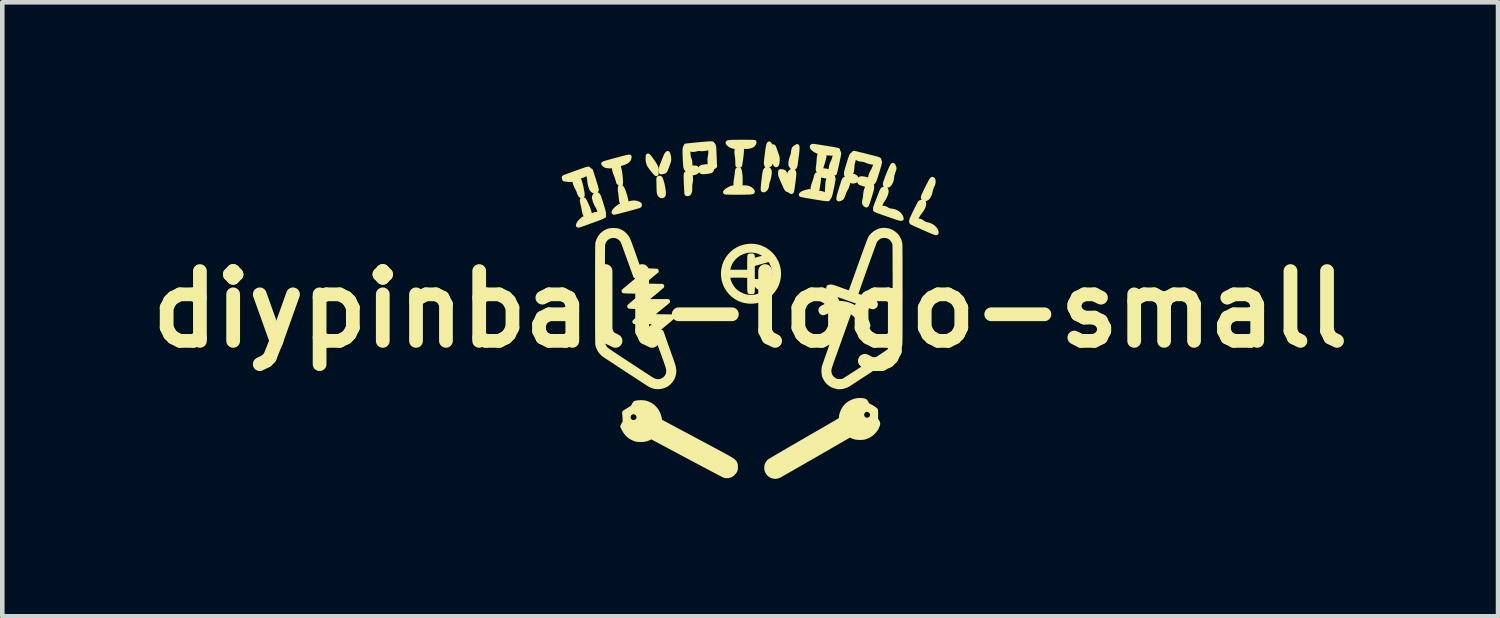
<source format=kicad_pcb>
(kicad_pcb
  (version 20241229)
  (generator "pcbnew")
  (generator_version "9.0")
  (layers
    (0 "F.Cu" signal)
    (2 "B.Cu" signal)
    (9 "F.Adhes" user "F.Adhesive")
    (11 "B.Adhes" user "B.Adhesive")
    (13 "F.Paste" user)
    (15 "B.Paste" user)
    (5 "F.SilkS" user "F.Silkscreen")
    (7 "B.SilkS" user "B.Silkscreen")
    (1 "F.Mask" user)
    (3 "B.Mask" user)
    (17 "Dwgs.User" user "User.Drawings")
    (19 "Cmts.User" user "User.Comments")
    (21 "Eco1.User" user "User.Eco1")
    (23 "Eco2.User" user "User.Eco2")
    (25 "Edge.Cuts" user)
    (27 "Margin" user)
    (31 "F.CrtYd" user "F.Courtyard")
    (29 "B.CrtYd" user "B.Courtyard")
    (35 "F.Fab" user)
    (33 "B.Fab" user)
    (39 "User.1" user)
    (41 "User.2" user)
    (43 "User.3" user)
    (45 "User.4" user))
  (footprint "diypinball-logo-small"
    (layer "F.Cu")
    (at 13.324 3.701)
    (property "Reference" "diypinball-logo-small" (at 0 0 0) (layer "F.SilkS") (effects (font (size 1.524 1.524) (thickness 0.3))))
    (attr through_hole)
    (fp_poly (pts (xy 2.317 -2.84) (xy 2.31 -2.823) (xy 2.296 -2.808) (xy 2.276 -2.799) (xy 2.263 -2.797) (xy 2.245 -2.796) (xy 2.23 -2.797) (xy 2.225 -2.797) (xy 2.186 -2.808) (xy 2.158 -2.823) (xy 2.141 -2.84) (xy 2.132 -2.859) (xy 2.132 -2.88) (xy 2.141 -2.9) (xy 2.151 -2.911) (xy 2.165 -2.917) (xy 2.185 -2.918) (xy 2.21 -2.916) (xy 2.236 -2.911) (xy 2.261 -2.904) (xy 2.284 -2.894) (xy 2.3 -2.883) (xy 2.304 -2.879) (xy 2.315 -2.86) (xy 2.317 -2.84)) (stroke (width 0.1) (type solid)) (fill yes) (layer "F.SilkS"))
    (fp_poly (pts (xy -1.154 -3.041) (xy -1.156 -3.021) (xy -1.168 -3.004) (xy -1.188 -2.991) (xy -1.218 -2.981) (xy -1.235 -2.977) (xy -1.256 -2.974) (xy -1.271 -2.973) (xy -1.282 -2.973) (xy -1.293 -2.976) (xy -1.303 -2.979) (xy -1.324 -2.99) (xy -1.336 -3.005) (xy -1.341 -3.026) (xy -1.341 -3.03) (xy -1.338 -3.05) (xy -1.33 -3.066) (xy -1.314 -3.077) (xy -1.29 -3.084) (xy -1.259 -3.088) (xy -1.232 -3.089) (xy -1.206 -3.088) (xy -1.187 -3.086) (xy -1.175 -3.081) (xy -1.166 -3.072) (xy -1.161 -3.063) (xy -1.154 -3.041)) (stroke (width 0.1) (type solid)) (fill yes) (layer "F.SilkS"))
    (fp_poly (pts (xy -0.835 -3.076) (xy -0.835 -3.062) (xy -0.838 -3.052) (xy -0.845 -3.038) (xy -0.854 -3.026) (xy -0.855 -3.025) (xy -0.868 -3.019) (xy -0.889 -3.014) (xy -0.915 -3.009) (xy -0.944 -3.005) (xy -0.974 -3.002) (xy -1.003 -2.999) (xy -1.027 -2.999) (xy -1.046 -3) (xy -1.055 -3.002) (xy -1.071 -3.013) (xy -1.082 -3.03) (xy -1.087 -3.05) (xy -1.086 -3.069) (xy -1.078 -3.085) (xy -1.075 -3.088) (xy -1.061 -3.098) (xy -1.039 -3.105) (xy -1.01 -3.111) (xy -0.972 -3.115) (xy -0.949 -3.117) (xy -0.915 -3.118) (xy -0.889 -3.118) (xy -0.87 -3.115) (xy -0.857 -3.11) (xy -0.848 -3.102) (xy -0.841 -3.09) (xy -0.841 -3.09) (xy -0.835 -3.076)) (stroke (width 0.1) (type solid)) (fill yes) (layer "F.SilkS"))
    (fp_poly (pts (xy 1.778 -2.951) (xy 1.774 -2.935) (xy 1.764 -2.919) (xy 1.751 -2.907) (xy 1.749 -2.906) (xy 1.737 -2.903) (xy 1.718 -2.902) (xy 1.696 -2.902) (xy 1.674 -2.903) (xy 1.666 -2.904) (xy 1.623 -2.911) (xy 1.589 -2.919) (xy 1.563 -2.927) (xy 1.545 -2.936) (xy 1.533 -2.947) (xy 1.526 -2.96) (xy 1.524 -2.976) (xy 1.524 -2.977) (xy 1.529 -2.999) (xy 1.542 -3.016) (xy 1.562 -3.027) (xy 1.564 -3.028) (xy 1.578 -3.029) (xy 1.6 -3.028) (xy 1.626 -3.025) (xy 1.655 -3.021) (xy 1.684 -3.016) (xy 1.711 -3.01) (xy 1.733 -3.004) (xy 1.748 -2.998) (xy 1.75 -2.997) (xy 1.767 -2.982) (xy 1.776 -2.963) (xy 1.778 -2.951)) (stroke (width 0.1) (type solid)) (fill yes) (layer "F.SilkS"))
    (fp_poly (pts (xy 2.629 -2.771) (xy 2.629 -2.756) (xy 2.623 -2.739) (xy 2.613 -2.728) (xy 2.595 -2.722) (xy 2.571 -2.72) (xy 2.552 -2.719) (xy 2.536 -2.72) (xy 2.527 -2.721) (xy 2.491 -2.73) (xy 2.459 -2.74) (xy 2.431 -2.75) (xy 2.41 -2.758) (xy 2.397 -2.765) (xy 2.396 -2.767) (xy 2.384 -2.785) (xy 2.38 -2.805) (xy 2.383 -2.824) (xy 2.394 -2.841) (xy 2.404 -2.848) (xy 2.416 -2.853) (xy 2.431 -2.854) (xy 2.453 -2.853) (xy 2.456 -2.853) (xy 2.477 -2.85) (xy 2.502 -2.845) (xy 2.528 -2.838) (xy 2.555 -2.831) (xy 2.578 -2.823) (xy 2.597 -2.816) (xy 2.607 -2.81) (xy 2.608 -2.81) (xy 2.622 -2.792) (xy 2.629 -2.771)) (stroke (width 0.1) (type solid)) (fill yes) (layer "F.SilkS"))
    (fp_poly (pts (xy -2.047 -2.975) (xy -2.048 -2.962) (xy -2.049 -2.957) (xy -2.049 -2.957) (xy -2.053 -2.96) (xy -2.062 -2.97) (xy -2.075 -2.984) (xy -2.084 -2.993) (xy -2.104 -3.016) (xy -2.125 -3.043) (xy -2.147 -3.071) (xy -2.168 -3.098) (xy -2.185 -3.121) (xy -2.196 -3.138) (xy -2.212 -3.17) (xy -2.223 -3.208) (xy -2.231 -3.249) (xy -2.233 -3.291) (xy -2.232 -3.317) (xy -2.229 -3.35) (xy -2.205 -3.324) (xy -2.191 -3.308) (xy -2.174 -3.285) (xy -2.155 -3.259) (xy -2.135 -3.23) (xy -2.115 -3.201) (xy -2.097 -3.172) (xy -2.081 -3.147) (xy -2.069 -3.126) (xy -2.061 -3.111) (xy -2.061 -3.109) (xy -2.055 -3.086) (xy -2.051 -3.054) (xy -2.048 -3.019) (xy -2.048 -2.995) (xy -2.047 -2.975)) (stroke (width 0.1) (type solid)) (fill yes) (layer "F.SilkS"))
    (fp_poly (pts (xy -2.825 -2.773) (xy -2.825 -2.767) (xy -2.827 -2.738) (xy -2.851 -2.753) (xy -2.864 -2.762) (xy -2.873 -2.768) (xy -2.875 -2.77) (xy -2.877 -2.781) (xy -2.881 -2.799) (xy -2.888 -2.823) (xy -2.896 -2.849) (xy -2.904 -2.876) (xy -2.913 -2.901) (xy -2.921 -2.922) (xy -2.926 -2.934) (xy -2.947 -2.984) (xy -2.96 -3.032) (xy -2.966 -3.075) (xy -2.967 -3.087) (xy -2.966 -3.106) (xy -2.964 -3.118) (xy -2.959 -3.127) (xy -2.952 -3.135) (xy -2.935 -3.146) (xy -2.916 -3.15) (xy -2.897 -3.147) (xy -2.883 -3.137) (xy -2.876 -3.126) (xy -2.87 -3.108) (xy -2.864 -3.083) (xy -2.857 -3.054) (xy -2.85 -3.023) (xy -2.845 -2.992) (xy -2.841 -2.965) (xy -2.84 -2.961) (xy -2.834 -2.906) (xy -2.83 -2.86) (xy -2.827 -2.824) (xy -2.825 -2.795) (xy -2.825 -2.773)) (stroke (width 0.1) (type solid)) (fill yes) (layer "F.SilkS"))
    (fp_poly (pts (xy -2.703 -2.315) (xy -2.704 -2.301) (xy -2.711 -2.292) (xy -2.719 -2.286) (xy -2.734 -2.278) (xy -2.746 -2.277) (xy -2.759 -2.282) (xy -2.772 -2.291) (xy -2.786 -2.304) (xy -2.796 -2.32) (xy -2.8 -2.333) (xy -2.81 -2.369) (xy -2.816 -2.408) (xy -2.821 -2.452) (xy -2.822 -2.464) (xy -2.824 -2.492) (xy -2.827 -2.523) (xy -2.831 -2.55) (xy -2.832 -2.555) (xy -2.837 -2.588) (xy -2.839 -2.619) (xy -2.839 -2.646) (xy -2.837 -2.665) (xy -2.837 -2.665) (xy -2.834 -2.673) (xy -2.829 -2.673) (xy -2.822 -2.669) (xy -2.809 -2.658) (xy -2.797 -2.641) (xy -2.784 -2.617) (xy -2.771 -2.586) (xy -2.757 -2.547) (xy -2.741 -2.498) (xy -2.728 -2.455) (xy -2.721 -2.426) (xy -2.714 -2.395) (xy -2.708 -2.365) (xy -2.704 -2.338) (xy -2.703 -2.317) (xy -2.703 -2.315)) (stroke (width 0.1) (type solid)) (fill yes) (layer "F.SilkS"))
    (fp_poly (pts (xy -1.89 -2.538) (xy -1.89 -2.516) (xy -1.893 -2.502) (xy -1.897 -2.491) (xy -1.9 -2.487) (xy -1.915 -2.476) (xy -1.932 -2.474) (xy -1.95 -2.481) (xy -1.962 -2.491) (xy -1.973 -2.504) (xy -1.981 -2.521) (xy -1.987 -2.543) (xy -1.991 -2.572) (xy -1.993 -2.608) (xy -1.994 -2.647) (xy -1.995 -2.679) (xy -1.995 -2.713) (xy -1.996 -2.746) (xy -1.996 -2.773) (xy -1.996 -2.774) (xy -1.997 -2.806) (xy -1.998 -2.83) (xy -1.997 -2.846) (xy -1.996 -2.856) (xy -1.993 -2.862) (xy -1.989 -2.865) (xy -1.983 -2.865) (xy -1.979 -2.865) (xy -1.97 -2.865) (xy -1.964 -2.862) (xy -1.959 -2.854) (xy -1.953 -2.84) (xy -1.949 -2.831) (xy -1.936 -2.791) (xy -1.923 -2.746) (xy -1.912 -2.698) (xy -1.903 -2.65) (xy -1.895 -2.605) (xy -1.891 -2.565) (xy -1.89 -2.538)) (stroke (width 0.1) (type solid)) (fill yes) (layer "F.SilkS"))
    (fp_poly (pts (xy -0.185 -3.48) (xy -0.186 -3.454) (xy -0.188 -3.419) (xy -0.192 -3.379) (xy -0.197 -3.334) (xy -0.204 -3.284) (xy -0.208 -3.25) (xy -0.213 -3.219) (xy -0.217 -3.191) (xy -0.22 -3.169) (xy -0.223 -3.153) (xy -0.224 -3.145) (xy -0.224 -3.145) (xy -0.228 -3.142) (xy -0.239 -3.14) (xy -0.252 -3.139) (xy -0.264 -3.14) (xy -0.271 -3.143) (xy -0.272 -3.149) (xy -0.273 -3.163) (xy -0.274 -3.184) (xy -0.274 -3.208) (xy -0.274 -3.214) (xy -0.276 -3.273) (xy -0.283 -3.328) (xy -0.285 -3.342) (xy -0.291 -3.384) (xy -0.294 -3.424) (xy -0.293 -3.46) (xy -0.289 -3.491) (xy -0.281 -3.513) (xy -0.271 -3.528) (xy -0.255 -3.539) (xy -0.238 -3.547) (xy -0.224 -3.547) (xy -0.21 -3.539) (xy -0.197 -3.525) (xy -0.188 -3.507) (xy -0.186 -3.498) (xy -0.185 -3.48)) (stroke (width 0.1) (type solid)) (fill yes) (layer "F.SilkS"))
    (fp_poly (pts (xy 1.498 -2.878) (xy 1.496 -2.843) (xy 1.492 -2.803) (xy 1.487 -2.76) (xy 1.481 -2.716) (xy 1.478 -2.701) (xy 1.472 -2.665) (xy 1.467 -2.638) (xy 1.463 -2.617) (xy 1.458 -2.602) (xy 1.453 -2.59) (xy 1.448 -2.581) (xy 1.441 -2.572) (xy 1.436 -2.566) (xy 1.414 -2.544) (xy 1.392 -2.561) (xy 1.379 -2.572) (xy 1.372 -2.58) (xy 1.369 -2.591) (xy 1.367 -2.608) (xy 1.367 -2.609) (xy 1.368 -2.64) (xy 1.373 -2.673) (xy 1.383 -2.71) (xy 1.397 -2.752) (xy 1.407 -2.78) (xy 1.418 -2.812) (xy 1.427 -2.843) (xy 1.43 -2.853) (xy 1.436 -2.877) (xy 1.442 -2.899) (xy 1.448 -2.917) (xy 1.45 -2.923) (xy 1.456 -2.935) (xy 1.463 -2.94) (xy 1.474 -2.941) (xy 1.477 -2.94) (xy 1.496 -2.939) (xy 1.498 -2.906) (xy 1.498 -2.878)) (stroke (width 0.1) (type solid)) (fill yes) (layer "F.SilkS"))
    (fp_poly (pts (xy 0.422 -2.987) (xy 0.418 -2.94) (xy 0.409 -2.889) (xy 0.396 -2.839) (xy 0.389 -2.821) (xy 0.373 -2.765) (xy 0.366 -2.725) (xy 0.36 -2.688) (xy 0.352 -2.659) (xy 0.342 -2.638) (xy 0.328 -2.621) (xy 0.311 -2.609) (xy 0.309 -2.608) (xy 0.295 -2.602) (xy 0.287 -2.602) (xy 0.283 -2.604) (xy 0.281 -2.61) (xy 0.28 -2.623) (xy 0.28 -2.642) (xy 0.282 -2.669) (xy 0.285 -2.704) (xy 0.289 -2.748) (xy 0.295 -2.801) (xy 0.3 -2.84) (xy 0.306 -2.888) (xy 0.311 -2.927) (xy 0.315 -2.958) (xy 0.319 -2.982) (xy 0.323 -3.001) (xy 0.326 -3.014) (xy 0.329 -3.024) (xy 0.332 -3.03) (xy 0.347 -3.05) (xy 0.363 -3.06) (xy 0.38 -3.061) (xy 0.397 -3.053) (xy 0.41 -3.038) (xy 0.417 -3.026) (xy 0.42 -3.011) (xy 0.422 -2.991) (xy 0.422 -2.987)) (stroke (width 0.1) (type solid)) (fill yes) (layer "F.SilkS"))
    (fp_poly (pts (xy 0.833 -2.713) (xy 0.829 -2.672) (xy 0.82 -2.634) (xy 0.815 -2.618) (xy 0.812 -2.612) (xy 0.808 -2.612) (xy 0.803 -2.618) (xy 0.794 -2.63) (xy 0.787 -2.642) (xy 0.777 -2.662) (xy 0.764 -2.688) (xy 0.751 -2.718) (xy 0.736 -2.751) (xy 0.72 -2.785) (xy 0.705 -2.82) (xy 0.692 -2.852) (xy 0.68 -2.882) (xy 0.67 -2.906) (xy 0.663 -2.925) (xy 0.661 -2.934) (xy 0.659 -2.953) (xy 0.659 -2.974) (xy 0.659 -2.982) (xy 0.662 -3.009) (xy 0.695 -3.006) (xy 0.715 -3.003) (xy 0.729 -2.999) (xy 0.739 -2.992) (xy 0.74 -2.991) (xy 0.745 -2.983) (xy 0.754 -2.967) (xy 0.764 -2.945) (xy 0.776 -2.919) (xy 0.788 -2.891) (xy 0.8 -2.863) (xy 0.811 -2.836) (xy 0.82 -2.812) (xy 0.826 -2.794) (xy 0.828 -2.787) (xy 0.833 -2.752) (xy 0.833 -2.713)) (stroke (width 0.1) (type solid)) (fill yes) (layer "F.SilkS"))
    (fp_poly (pts (xy 1.621 -3.377) (xy 1.619 -3.356) (xy 1.614 -3.328) (xy 1.607 -3.295) (xy 1.598 -3.258) (xy 1.587 -3.22) (xy 1.576 -3.182) (xy 1.573 -3.172) (xy 1.563 -3.145) (xy 1.555 -3.119) (xy 1.547 -3.095) (xy 1.542 -3.079) (xy 1.542 -3.078) (xy 1.535 -3.06) (xy 1.525 -3.042) (xy 1.515 -3.027) (xy 1.505 -3.016) (xy 1.498 -3.012) (xy 1.493 -3.017) (xy 1.489 -3.025) (xy 1.482 -3.048) (xy 1.481 -3.072) (xy 1.484 -3.101) (xy 1.486 -3.109) (xy 1.489 -3.127) (xy 1.492 -3.153) (xy 1.495 -3.184) (xy 1.498 -3.216) (xy 1.499 -3.233) (xy 1.502 -3.286) (xy 1.507 -3.329) (xy 1.515 -3.363) (xy 1.524 -3.389) (xy 1.535 -3.408) (xy 1.549 -3.42) (xy 1.57 -3.428) (xy 1.588 -3.426) (xy 1.606 -3.414) (xy 1.606 -3.414) (xy 1.616 -3.401) (xy 1.62 -3.387) (xy 1.621 -3.377)) (stroke (width 0.1) (type solid)) (fill yes) (layer "F.SilkS"))
    (fp_poly (pts (xy 3.79 -2.298) (xy 3.787 -2.271) (xy 3.778 -2.241) (xy 3.763 -2.208) (xy 3.741 -2.172) (xy 3.712 -2.131) (xy 3.69 -2.102) (xy 3.678 -2.086) (xy 3.665 -2.064) (xy 3.65 -2.04) (xy 3.642 -2.024) (xy 3.631 -2.003) (xy 3.62 -1.984) (xy 3.612 -1.97) (xy 3.607 -1.964) (xy 3.593 -1.953) (xy 3.573 -1.943) (xy 3.552 -1.937) (xy 3.54 -1.936) (xy 3.521 -1.935) (xy 3.528 -1.962) (xy 3.532 -1.972) (xy 3.54 -1.99) (xy 3.551 -2.015) (xy 3.565 -2.044) (xy 3.581 -2.077) (xy 3.598 -2.113) (xy 3.616 -2.149) (xy 3.634 -2.186) (xy 3.652 -2.221) (xy 3.668 -2.253) (xy 3.682 -2.281) (xy 3.694 -2.304) (xy 3.703 -2.319) (xy 3.708 -2.326) (xy 3.715 -2.333) (xy 3.725 -2.338) (xy 3.74 -2.34) (xy 3.751 -2.341) (xy 3.784 -2.343) (xy 3.787 -2.325) (xy 3.79 -2.298)) (stroke (width 0.1) (type solid)) (fill yes) (layer "F.SilkS"))
    (fp_poly (pts (xy -3.5 -2.06) (xy -3.5 -2.05) (xy -3.506 -2.04) (xy -3.517 -2.028) (xy -3.521 -2.023) (xy -3.533 -2.014) (xy -3.541 -2.01) (xy -3.548 -2.013) (xy -3.568 -2.026) (xy -3.585 -2.045) (xy -3.599 -2.07) (xy -3.611 -2.101) (xy -3.621 -2.141) (xy -3.629 -2.185) (xy -3.634 -2.211) (xy -3.64 -2.242) (xy -3.648 -2.274) (xy -3.652 -2.293) (xy -3.659 -2.318) (xy -3.663 -2.342) (xy -3.667 -2.361) (xy -3.668 -2.373) (xy -3.667 -2.386) (xy -3.664 -2.391) (xy -3.655 -2.393) (xy -3.651 -2.393) (xy -3.637 -2.391) (xy -3.628 -2.387) (xy -3.628 -2.386) (xy -3.622 -2.377) (xy -3.613 -2.36) (xy -3.601 -2.337) (xy -3.588 -2.311) (xy -3.575 -2.283) (xy -3.563 -2.255) (xy -3.551 -2.229) (xy -3.542 -2.207) (xy -3.541 -2.204) (xy -3.528 -2.168) (xy -3.517 -2.134) (xy -3.509 -2.104) (xy -3.503 -2.079) (xy -3.5 -2.06)) (stroke (width 0.1) (type solid)) (fill yes) (layer "F.SilkS"))
    (fp_poly (pts (xy -3.663 -2.501) (xy -3.663 -2.483) (xy -3.665 -2.474) (xy -3.668 -2.47) (xy -3.673 -2.469) (xy -3.682 -2.472) (xy -3.694 -2.481) (xy -3.7 -2.486) (xy -3.71 -2.498) (xy -3.719 -2.514) (xy -3.728 -2.537) (xy -3.733 -2.553) (xy -3.742 -2.58) (xy -3.754 -2.607) (xy -3.765 -2.631) (xy -3.77 -2.639) (xy -3.799 -2.694) (xy -3.819 -2.747) (xy -3.829 -2.783) (xy -3.833 -2.803) (xy -3.834 -2.816) (xy -3.833 -2.826) (xy -3.83 -2.835) (xy -3.828 -2.838) (xy -3.815 -2.855) (xy -3.797 -2.866) (xy -3.777 -2.869) (xy -3.768 -2.867) (xy -3.759 -2.863) (xy -3.752 -2.857) (xy -3.745 -2.845) (xy -3.737 -2.827) (xy -3.721 -2.785) (xy -3.706 -2.736) (xy -3.693 -2.684) (xy -3.683 -2.634) (xy -3.683 -2.634) (xy -3.679 -2.608) (xy -3.674 -2.584) (xy -3.67 -2.565) (xy -3.668 -2.555) (xy -3.665 -2.537) (xy -3.663 -2.515) (xy -3.663 -2.501)) (stroke (width 0.1) (type solid)) (fill yes) (layer "F.SilkS"))
    (fp_poly (pts (xy 0.958 -2.959) (xy 0.957 -2.938) (xy 0.955 -2.912) (xy 0.951 -2.88) (xy 0.946 -2.838) (xy 0.943 -2.81) (xy 0.936 -2.757) (xy 0.93 -2.713) (xy 0.925 -2.676) (xy 0.92 -2.645) (xy 0.915 -2.618) (xy 0.911 -2.594) (xy 0.907 -2.577) (xy 0.904 -2.569) (xy 0.899 -2.566) (xy 0.891 -2.57) (xy 0.878 -2.578) (xy 0.868 -2.585) (xy 0.86 -2.592) (xy 0.854 -2.6) (xy 0.85 -2.61) (xy 0.847 -2.624) (xy 0.845 -2.642) (xy 0.844 -2.666) (xy 0.843 -2.698) (xy 0.843 -2.738) (xy 0.843 -2.759) (xy 0.844 -2.812) (xy 0.844 -2.856) (xy 0.846 -2.892) (xy 0.849 -2.921) (xy 0.853 -2.945) (xy 0.859 -2.963) (xy 0.866 -2.978) (xy 0.876 -2.99) (xy 0.888 -3.001) (xy 0.902 -3.011) (xy 0.927 -3.028) (xy 0.939 -3.014) (xy 0.946 -3.005) (xy 0.951 -2.996) (xy 0.955 -2.986) (xy 0.957 -2.974) (xy 0.958 -2.959)) (stroke (width 0.1) (type solid)) (fill yes) (layer "F.SilkS"))
    (fp_poly (pts (xy -0.772 -3.124) (xy -0.788 -3.114) (xy -0.802 -3.107) (xy -0.811 -3.105) (xy -0.822 -3.108) (xy -0.836 -3.118) (xy -0.837 -3.119) (xy -0.853 -3.131) (xy -0.864 -3.142) (xy -0.872 -3.155) (xy -0.876 -3.171) (xy -0.879 -3.192) (xy -0.881 -3.219) (xy -0.882 -3.25) (xy -0.882 -3.275) (xy -0.88 -3.298) (xy -0.876 -3.325) (xy -0.874 -3.334) (xy -0.868 -3.366) (xy -0.865 -3.397) (xy -0.864 -3.43) (xy -0.865 -3.453) (xy -0.865 -3.483) (xy -0.864 -3.505) (xy -0.861 -3.521) (xy -0.855 -3.534) (xy -0.846 -3.545) (xy -0.832 -3.558) (xy -0.825 -3.564) (xy -0.803 -3.582) (xy -0.796 -3.555) (xy -0.793 -3.54) (xy -0.79 -3.517) (xy -0.788 -3.484) (xy -0.786 -3.441) (xy -0.784 -3.388) (xy -0.783 -3.363) (xy -0.781 -3.321) (xy -0.78 -3.281) (xy -0.778 -3.243) (xy -0.777 -3.211) (xy -0.776 -3.185) (xy -0.775 -3.166) (xy -0.774 -3.161) (xy -0.772 -3.124)) (stroke (width 0.1) (type solid)) (fill yes) (layer "F.SilkS"))
    (fp_poly (pts (xy -0.214 -2.815) (xy -0.214 -2.782) (xy -0.214 -2.752) (xy -0.215 -2.726) (xy -0.217 -2.707) (xy -0.218 -2.701) (xy -0.227 -2.679) (xy -0.24 -2.664) (xy -0.257 -2.657) (xy -0.275 -2.659) (xy -0.292 -2.669) (xy -0.295 -2.672) (xy -0.306 -2.692) (xy -0.313 -2.719) (xy -0.315 -2.755) (xy -0.311 -2.798) (xy -0.303 -2.848) (xy -0.302 -2.851) (xy -0.299 -2.87) (xy -0.295 -2.897) (xy -0.291 -2.926) (xy -0.287 -2.956) (xy -0.287 -2.959) (xy -0.284 -2.992) (xy -0.281 -3.015) (xy -0.278 -3.031) (xy -0.275 -3.041) (xy -0.272 -3.046) (xy -0.268 -3.048) (xy -0.267 -3.048) (xy -0.258 -3.049) (xy -0.251 -3.051) (xy -0.245 -3.052) (xy -0.241 -3.049) (xy -0.237 -3.04) (xy -0.233 -3.023) (xy -0.232 -3.017) (xy -0.227 -2.993) (xy -0.223 -2.965) (xy -0.219 -2.938) (xy -0.219 -2.934) (xy -0.217 -2.91) (xy -0.215 -2.881) (xy -0.214 -2.849) (xy -0.214 -2.815)) (stroke (width 0.1) (type solid)) (fill yes) (layer "F.SilkS"))
    (fp_poly (pts (xy 1.935 -3.406) (xy 1.934 -3.384) (xy 1.93 -3.355) (xy 1.926 -3.334) (xy 1.92 -3.308) (xy 1.914 -3.276) (xy 1.906 -3.24) (xy 1.898 -3.202) (xy 1.889 -3.163) (xy 1.88 -3.124) (xy 1.872 -3.088) (xy 1.865 -3.056) (xy 1.859 -3.029) (xy 1.854 -3.009) (xy 1.851 -2.998) (xy 1.843 -2.972) (xy 1.819 -2.972) (xy 1.805 -2.972) (xy 1.796 -2.975) (xy 1.788 -2.982) (xy 1.779 -2.996) (xy 1.778 -2.997) (xy 1.768 -3.014) (xy 1.763 -3.029) (xy 1.762 -3.046) (xy 1.762 -3.053) (xy 1.766 -3.093) (xy 1.776 -3.137) (xy 1.791 -3.181) (xy 1.806 -3.214) (xy 1.822 -3.251) (xy 1.835 -3.289) (xy 1.841 -3.316) (xy 1.847 -3.34) (xy 1.853 -3.362) (xy 1.859 -3.378) (xy 1.863 -3.386) (xy 1.872 -3.394) (xy 1.886 -3.404) (xy 1.903 -3.414) (xy 1.919 -3.421) (xy 1.93 -3.424) (xy 1.93 -3.424) (xy 1.934 -3.419) (xy 1.935 -3.406)) (stroke (width 0.1) (type solid)) (fill yes) (layer "F.SilkS"))
    (fp_poly (pts (xy -3.193 -2.038) (xy -3.236 -2.018) (xy -3.257 -2.008) (xy -3.285 -1.997) (xy -3.316 -1.985) (xy -3.346 -1.974) (xy -3.35 -1.972) (xy -3.376 -1.963) (xy -3.408 -1.951) (xy -3.446 -1.937) (xy -3.486 -1.923) (xy -3.525 -1.909) (xy -3.546 -1.901) (xy -3.602 -1.88) (xy -3.649 -1.864) (xy -3.688 -1.851) (xy -3.717 -1.841) (xy -3.738 -1.835) (xy -3.75 -1.833) (xy -3.754 -1.834) (xy -3.754 -1.834) (xy -3.752 -1.841) (xy -3.747 -1.854) (xy -3.742 -1.865) (xy -3.732 -1.883) (xy -3.717 -1.903) (xy -3.695 -1.926) (xy -3.685 -1.936) (xy -3.657 -1.961) (xy -3.633 -1.978) (xy -3.611 -1.989) (xy -3.589 -1.995) (xy -3.569 -1.997) (xy -3.545 -1.998) (xy -3.522 -2.004) (xy -3.499 -2.015) (xy -3.472 -2.031) (xy -3.428 -2.056) (xy -3.383 -2.072) (xy -3.336 -2.079) (xy -3.317 -2.08) (xy -3.275 -2.077) (xy -3.238 -2.067) (xy -3.209 -2.051) (xy -3.207 -2.049) (xy -3.193 -2.038)) (stroke (width 0.1) (type solid)) (fill yes) (layer "F.SilkS"))
    (fp_poly (pts (xy -1.773 -3.278) (xy -1.773 -3.262) (xy -1.775 -3.246) (xy -1.779 -3.23) (xy -1.785 -3.21) (xy -1.794 -3.184) (xy -1.799 -3.168) (xy -1.815 -3.126) (xy -1.828 -3.092) (xy -1.838 -3.066) (xy -1.847 -3.046) (xy -1.854 -3.031) (xy -1.861 -3.021) (xy -1.868 -3.015) (xy -1.872 -3.012) (xy -1.886 -3.006) (xy -1.905 -3.001) (xy -1.916 -2.999) (xy -1.944 -2.996) (xy -1.95 -3.021) (xy -1.952 -3.029) (xy -1.953 -3.035) (xy -1.954 -3.043) (xy -1.953 -3.051) (xy -1.95 -3.062) (xy -1.946 -3.076) (xy -1.939 -3.095) (xy -1.93 -3.119) (xy -1.919 -3.15) (xy -1.904 -3.188) (xy -1.891 -3.221) (xy -1.875 -3.263) (xy -1.861 -3.298) (xy -1.85 -3.325) (xy -1.841 -3.345) (xy -1.834 -3.361) (xy -1.828 -3.372) (xy -1.822 -3.381) (xy -1.817 -3.388) (xy -1.812 -3.393) (xy -1.799 -3.405) (xy -1.793 -3.39) (xy -1.783 -3.356) (xy -1.776 -3.317) (xy -1.773 -3.279) (xy -1.773 -3.278)) (stroke (width 0.1) (type solid)) (fill yes) (layer "F.SilkS"))
    (fp_poly (pts (xy 2.656 -2.687) (xy 2.656 -2.668) (xy 2.656 -2.661) (xy 2.655 -2.646) (xy 2.653 -2.631) (xy 2.649 -2.613) (xy 2.644 -2.591) (xy 2.636 -2.564) (xy 2.627 -2.531) (xy 2.614 -2.489) (xy 2.612 -2.482) (xy 2.594 -2.425) (xy 2.579 -2.378) (xy 2.567 -2.34) (xy 2.556 -2.311) (xy 2.548 -2.29) (xy 2.541 -2.278) (xy 2.537 -2.272) (xy 2.536 -2.272) (xy 2.53 -2.274) (xy 2.519 -2.282) (xy 2.513 -2.287) (xy 2.501 -2.301) (xy 2.494 -2.316) (xy 2.491 -2.333) (xy 2.493 -2.356) (xy 2.499 -2.385) (xy 2.501 -2.394) (xy 2.51 -2.437) (xy 2.515 -2.48) (xy 2.516 -2.497) (xy 2.518 -2.525) (xy 2.522 -2.551) (xy 2.528 -2.578) (xy 2.537 -2.609) (xy 2.549 -2.643) (xy 2.561 -2.669) (xy 2.573 -2.687) (xy 2.588 -2.699) (xy 2.605 -2.706) (xy 2.621 -2.709) (xy 2.637 -2.71) (xy 2.649 -2.71) (xy 2.653 -2.708) (xy 2.655 -2.701) (xy 2.656 -2.687)) (stroke (width 0.1) (type solid)) (fill yes) (layer "F.SilkS"))
    (fp_poly (pts (xy 2.972 -2.574) (xy 2.968 -2.546) (xy 2.959 -2.513) (xy 2.945 -2.478) (xy 2.927 -2.441) (xy 2.906 -2.405) (xy 2.897 -2.393) (xy 2.882 -2.37) (xy 2.868 -2.345) (xy 2.856 -2.322) (xy 2.853 -2.314) (xy 2.839 -2.281) (xy 2.824 -2.253) (xy 2.81 -2.23) (xy 2.796 -2.214) (xy 2.784 -2.206) (xy 2.779 -2.206) (xy 2.769 -2.207) (xy 2.754 -2.208) (xy 2.752 -2.208) (xy 2.74 -2.21) (xy 2.733 -2.213) (xy 2.733 -2.213) (xy 2.735 -2.22) (xy 2.74 -2.235) (xy 2.748 -2.257) (xy 2.758 -2.285) (xy 2.77 -2.316) (xy 2.783 -2.352) (xy 2.798 -2.389) (xy 2.812 -2.426) (xy 2.827 -2.463) (xy 2.84 -2.498) (xy 2.853 -2.53) (xy 2.864 -2.558) (xy 2.873 -2.58) (xy 2.88 -2.595) (xy 2.882 -2.6) (xy 2.894 -2.614) (xy 2.912 -2.625) (xy 2.932 -2.631) (xy 2.938 -2.631) (xy 2.953 -2.627) (xy 2.964 -2.614) (xy 2.97 -2.593) (xy 2.972 -2.574)) (stroke (width 0.1) (type solid)) (fill yes) (layer "F.SilkS"))
    (fp_poly (pts (xy 2.133 -2.781) (xy 2.13 -2.751) (xy 2.124 -2.722) (xy 2.116 -2.695) (xy 2.107 -2.672) (xy 2.097 -2.649) (xy 2.082 -2.623) (xy 2.074 -2.609) (xy 2.063 -2.588) (xy 2.051 -2.561) (xy 2.04 -2.531) (xy 2.032 -2.509) (xy 2.022 -2.479) (xy 2.013 -2.457) (xy 2.004 -2.441) (xy 1.994 -2.43) (xy 1.982 -2.422) (xy 1.971 -2.416) (xy 1.951 -2.409) (xy 1.939 -2.405) (xy 1.933 -2.406) (xy 1.931 -2.41) (xy 1.93 -2.417) (xy 1.932 -2.431) (xy 1.935 -2.449) (xy 1.938 -2.465) (xy 1.942 -2.482) (xy 1.949 -2.506) (xy 1.958 -2.536) (xy 1.968 -2.569) (xy 1.979 -2.605) (xy 1.99 -2.643) (xy 2.002 -2.68) (xy 2.013 -2.715) (xy 2.023 -2.748) (xy 2.033 -2.776) (xy 2.04 -2.799) (xy 2.046 -2.815) (xy 2.049 -2.822) (xy 2.064 -2.839) (xy 2.081 -2.847) (xy 2.101 -2.846) (xy 2.103 -2.846) (xy 2.12 -2.837) (xy 2.128 -2.827) (xy 2.132 -2.808) (xy 2.133 -2.781)) (stroke (width 0.1) (type solid)) (fill yes) (layer "F.SilkS"))
    (fp_poly (pts (xy -2.637 -3.328) (xy -2.64 -3.311) (xy -2.648 -3.281) (xy -2.662 -3.258) (xy -2.683 -3.238) (xy -2.689 -3.234) (xy -2.736 -3.208) (xy -2.787 -3.189) (xy -2.846 -3.176) (xy -2.881 -3.171) (xy -2.916 -3.165) (xy -2.943 -3.157) (xy -2.95 -3.153) (xy -2.989 -3.137) (xy -3.028 -3.127) (xy -3.058 -3.125) (xy -3.074 -3.125) (xy -3.087 -3.126) (xy -3.091 -3.127) (xy -3.099 -3.128) (xy -3.113 -3.13) (xy -3.126 -3.132) (xy -3.145 -3.135) (xy -3.159 -3.141) (xy -3.173 -3.151) (xy -3.179 -3.156) (xy -3.201 -3.177) (xy -3.159 -3.192) (xy -3.14 -3.198) (xy -3.114 -3.205) (xy -3.083 -3.214) (xy -3.05 -3.224) (xy -3.02 -3.232) (xy -2.983 -3.241) (xy -2.941 -3.253) (xy -2.895 -3.265) (xy -2.851 -3.277) (xy -2.814 -3.287) (xy -2.782 -3.295) (xy -2.751 -3.303) (xy -2.725 -3.31) (xy -2.705 -3.315) (xy -2.692 -3.318) (xy -2.69 -3.319) (xy -2.674 -3.322) (xy -2.656 -3.325) (xy -2.656 -3.325) (xy -2.637 -3.328)) (stroke (width 0.1) (type solid)) (fill yes) (layer "F.SilkS"))
    (fp_poly (pts (xy 1.702 -2.411) (xy 1.698 -2.408) (xy 1.687 -2.408) (xy 1.669 -2.409) (xy 1.642 -2.412) (xy 1.607 -2.416) (xy 1.564 -2.423) (xy 1.511 -2.431) (xy 1.449 -2.441) (xy 1.42 -2.446) (xy 1.372 -2.454) (xy 1.325 -2.462) (xy 1.282 -2.469) (xy 1.242 -2.476) (xy 1.208 -2.482) (xy 1.181 -2.487) (xy 1.162 -2.491) (xy 1.154 -2.492) (xy 1.112 -2.501) (xy 1.124 -2.513) (xy 1.136 -2.524) (xy 1.151 -2.533) (xy 1.172 -2.542) (xy 1.199 -2.551) (xy 1.232 -2.56) (xy 1.258 -2.567) (xy 1.278 -2.572) (xy 1.294 -2.573) (xy 1.31 -2.571) (xy 1.327 -2.566) (xy 1.35 -2.557) (xy 1.363 -2.552) (xy 1.384 -2.544) (xy 1.4 -2.539) (xy 1.414 -2.536) (xy 1.43 -2.536) (xy 1.451 -2.537) (xy 1.457 -2.538) (xy 1.507 -2.537) (xy 1.555 -2.53) (xy 1.597 -2.517) (xy 1.634 -2.498) (xy 1.664 -2.473) (xy 1.687 -2.443) (xy 1.689 -2.438) (xy 1.696 -2.424) (xy 1.701 -2.414) (xy 1.702 -2.411)) (stroke (width 0.1) (type solid)) (fill yes) (layer "F.SilkS"))
    (fp_poly (pts (xy 3.998 -2.787) (xy 3.998 -2.771) (xy 3.996 -2.757) (xy 3.993 -2.743) (xy 3.987 -2.727) (xy 3.978 -2.706) (xy 3.97 -2.689) (xy 3.956 -2.657) (xy 3.946 -2.629) (xy 3.939 -2.604) (xy 3.935 -2.582) (xy 3.927 -2.546) (xy 3.914 -2.509) (xy 3.898 -2.475) (xy 3.881 -2.447) (xy 3.877 -2.442) (xy 3.864 -2.43) (xy 3.846 -2.419) (xy 3.829 -2.411) (xy 3.817 -2.408) (xy 3.807 -2.411) (xy 3.793 -2.417) (xy 3.79 -2.419) (xy 3.78 -2.427) (xy 3.775 -2.435) (xy 3.776 -2.447) (xy 3.776 -2.451) (xy 3.779 -2.461) (xy 3.786 -2.479) (xy 3.798 -2.505) (xy 3.812 -2.537) (xy 3.83 -2.574) (xy 3.851 -2.616) (xy 3.856 -2.626) (xy 3.882 -2.678) (xy 3.903 -2.721) (xy 3.922 -2.756) (xy 3.936 -2.784) (xy 3.948 -2.806) (xy 3.958 -2.822) (xy 3.965 -2.832) (xy 3.971 -2.838) (xy 3.975 -2.84) (xy 3.975 -2.84) (xy 3.986 -2.836) (xy 3.994 -2.825) (xy 3.997 -2.805) (xy 3.998 -2.787)) (stroke (width 0.1) (type solid)) (fill yes) (layer "F.SilkS"))
    (fp_poly (pts (xy -3.195 -2.093) (xy -3.2 -2.09) (xy -3.211 -2.088) (xy -3.225 -2.089) (xy -3.24 -2.093) (xy -3.249 -2.096) (xy -3.26 -2.103) (xy -3.268 -2.112) (xy -3.277 -2.126) (xy -3.286 -2.146) (xy -3.297 -2.174) (xy -3.297 -2.175) (xy -3.307 -2.2) (xy -3.32 -2.227) (xy -3.333 -2.251) (xy -3.334 -2.253) (xy -3.346 -2.274) (xy -3.358 -2.295) (xy -3.367 -2.313) (xy -3.367 -2.314) (xy -3.375 -2.334) (xy -3.384 -2.357) (xy -3.391 -2.383) (xy -3.398 -2.407) (xy -3.402 -2.427) (xy -3.404 -2.439) (xy -3.4 -2.461) (xy -3.391 -2.482) (xy -3.378 -2.498) (xy -3.362 -2.508) (xy -3.352 -2.51) (xy -3.339 -2.506) (xy -3.326 -2.495) (xy -3.314 -2.477) (xy -3.301 -2.449) (xy -3.288 -2.413) (xy -3.286 -2.405) (xy -3.276 -2.374) (xy -3.265 -2.337) (xy -3.253 -2.3) (xy -3.243 -2.269) (xy -3.234 -2.239) (xy -3.225 -2.208) (xy -3.216 -2.178) (xy -3.208 -2.149) (xy -3.202 -2.125) (xy -3.197 -2.106) (xy -3.195 -2.095) (xy -3.195 -2.093)) (stroke (width 0.1) (type solid)) (fill yes) (layer "F.SilkS"))
    (fp_poly (pts (xy 0.052 -2.569) (xy 0.048 -2.564) (xy 0.037 -2.561) (xy 0.019 -2.558) (xy -0.009 -2.555) (xy -0.024 -2.554) (xy -0.047 -2.553) (xy -0.077 -2.553) (xy -0.113 -2.552) (xy -0.154 -2.552) (xy -0.197 -2.551) (xy -0.243 -2.551) (xy -0.289 -2.551) (xy -0.334 -2.551) (xy -0.377 -2.551) (xy -0.417 -2.552) (xy -0.453 -2.552) (xy -0.483 -2.553) (xy -0.505 -2.553) (xy -0.52 -2.554) (xy -0.523 -2.555) (xy -0.541 -2.558) (xy -0.522 -2.579) (xy -0.505 -2.593) (xy -0.481 -2.609) (xy -0.451 -2.625) (xy -0.418 -2.64) (xy -0.393 -2.65) (xy -0.378 -2.654) (xy -0.366 -2.656) (xy -0.352 -2.656) (xy -0.333 -2.653) (xy -0.329 -2.652) (xy -0.296 -2.646) (xy -0.269 -2.643) (xy -0.247 -2.643) (xy -0.226 -2.645) (xy -0.208 -2.649) (xy -0.176 -2.655) (xy -0.14 -2.656) (xy -0.103 -2.655) (xy -0.068 -2.651) (xy -0.039 -2.644) (xy -0.035 -2.642) (xy 0.001 -2.624) (xy 0.03 -2.6) (xy 0.044 -2.585) (xy 0.05 -2.576) (xy 0.052 -2.569)) (stroke (width 0.1) (type solid)) (fill yes) (layer "F.SilkS"))
    (fp_poly (pts (xy 0.089 -3.647) (xy 0.089 -3.641) (xy 0.084 -3.629) (xy 0.078 -3.616) (xy 0.066 -3.598) (xy 0.051 -3.584) (xy 0.03 -3.572) (xy 0.002 -3.563) (xy -0.013 -3.558) (xy -0.038 -3.554) (xy -0.07 -3.551) (xy -0.106 -3.55) (xy -0.143 -3.551) (xy -0.178 -3.555) (xy -0.19 -3.556) (xy -0.216 -3.559) (xy -0.235 -3.56) (xy -0.248 -3.557) (xy -0.285 -3.55) (xy -0.325 -3.549) (xy -0.345 -3.551) (xy -0.391 -3.562) (xy -0.43 -3.58) (xy -0.461 -3.604) (xy -0.476 -3.619) (xy -0.484 -3.629) (xy -0.486 -3.636) (xy -0.485 -3.637) (xy -0.478 -3.64) (xy -0.463 -3.642) (xy -0.442 -3.645) (xy -0.417 -3.647) (xy -0.416 -3.647) (xy -0.398 -3.648) (xy -0.373 -3.649) (xy -0.342 -3.65) (xy -0.305 -3.65) (xy -0.265 -3.65) (xy -0.222 -3.651) (xy -0.178 -3.651) (xy -0.134 -3.651) (xy -0.09 -3.651) (xy -0.049 -3.65) (xy -0.011 -3.65) (xy 0.023 -3.649) (xy 0.051 -3.649) (xy 0.072 -3.648) (xy 0.085 -3.647) (xy 0.089 -3.647)) (stroke (width 0.1) (type solid)) (fill yes) (layer "F.SilkS"))
    (fp_poly (pts (xy 0.595 -3.288) (xy 0.595 -3.275) (xy 0.594 -3.27) (xy 0.593 -3.229) (xy 0.589 -3.196) (xy 0.584 -3.172) (xy 0.577 -3.157) (xy 0.568 -3.151) (xy 0.561 -3.153) (xy 0.558 -3.156) (xy 0.555 -3.162) (xy 0.55 -3.171) (xy 0.543 -3.186) (xy 0.534 -3.206) (xy 0.522 -3.233) (xy 0.507 -3.267) (xy 0.489 -3.31) (xy 0.487 -3.315) (xy 0.477 -3.338) (xy 0.471 -3.355) (xy 0.468 -3.369) (xy 0.466 -3.385) (xy 0.466 -3.405) (xy 0.466 -3.416) (xy 0.467 -3.444) (xy 0.47 -3.474) (xy 0.473 -3.501) (xy 0.474 -3.508) (xy 0.477 -3.528) (xy 0.48 -3.54) (xy 0.484 -3.546) (xy 0.489 -3.549) (xy 0.496 -3.55) (xy 0.502 -3.55) (xy 0.507 -3.549) (xy 0.511 -3.544) (xy 0.516 -3.535) (xy 0.522 -3.52) (xy 0.53 -3.498) (xy 0.535 -3.484) (xy 0.551 -3.44) (xy 0.564 -3.405) (xy 0.574 -3.376) (xy 0.582 -3.354) (xy 0.587 -3.336) (xy 0.591 -3.322) (xy 0.593 -3.31) (xy 0.594 -3.299) (xy 0.595 -3.288)) (stroke (width 0.1) (type solid)) (fill yes) (layer "F.SilkS"))
    (fp_poly (pts (xy 1.028 -3.507) (xy 1.027 -3.49) (xy 1.026 -3.468) (xy 1.023 -3.442) (xy 1.02 -3.409) (xy 1.015 -3.368) (xy 1.008 -3.32) (xy 1.001 -3.267) (xy 0.996 -3.224) (xy 0.991 -3.19) (xy 0.987 -3.164) (xy 0.983 -3.144) (xy 0.98 -3.129) (xy 0.978 -3.119) (xy 0.975 -3.112) (xy 0.971 -3.107) (xy 0.97 -3.106) (xy 0.955 -3.092) (xy 0.944 -3.087) (xy 0.933 -3.089) (xy 0.933 -3.089) (xy 0.925 -3.096) (xy 0.914 -3.108) (xy 0.904 -3.12) (xy 0.893 -3.136) (xy 0.887 -3.148) (xy 0.884 -3.161) (xy 0.884 -3.172) (xy 0.885 -3.2) (xy 0.888 -3.226) (xy 0.893 -3.254) (xy 0.902 -3.284) (xy 0.913 -3.32) (xy 0.927 -3.358) (xy 0.93 -3.37) (xy 0.935 -3.389) (xy 0.939 -3.413) (xy 0.942 -3.436) (xy 0.946 -3.461) (xy 0.95 -3.483) (xy 0.955 -3.499) (xy 0.958 -3.507) (xy 0.966 -3.515) (xy 0.98 -3.526) (xy 0.994 -3.537) (xy 1.024 -3.556) (xy 1.027 -3.532) (xy 1.028 -3.521) (xy 1.028 -3.507)) (stroke (width 0.1) (type solid)) (fill yes) (layer "F.SilkS"))
    (fp_poly (pts (xy 2.261 -3.301) (xy 2.259 -3.287) (xy 2.255 -3.266) (xy 2.249 -3.242) (xy 2.245 -3.226) (xy 2.237 -3.199) (xy 2.232 -3.174) (xy 2.228 -3.148) (xy 2.226 -3.117) (xy 2.225 -3.101) (xy 2.223 -3.065) (xy 2.219 -3.037) (xy 2.215 -3.016) (xy 2.211 -3) (xy 2.2 -2.973) (xy 2.189 -2.953) (xy 2.176 -2.94) (xy 2.161 -2.931) (xy 2.14 -2.924) (xy 2.14 -2.924) (xy 2.126 -2.92) (xy 2.119 -2.918) (xy 2.109 -2.92) (xy 2.102 -2.927) (xy 2.099 -2.936) (xy 2.096 -2.946) (xy 2.096 -2.959) (xy 2.098 -2.975) (xy 2.101 -2.996) (xy 2.107 -3.022) (xy 2.116 -3.054) (xy 2.128 -3.094) (xy 2.142 -3.143) (xy 2.146 -3.155) (xy 2.162 -3.209) (xy 2.176 -3.254) (xy 2.189 -3.291) (xy 2.199 -3.32) (xy 2.208 -3.342) (xy 2.216 -3.358) (xy 2.223 -3.369) (xy 2.227 -3.373) (xy 2.233 -3.372) (xy 2.24 -3.364) (xy 2.247 -3.35) (xy 2.254 -3.334) (xy 2.259 -3.317) (xy 2.261 -3.302) (xy 2.261 -3.301)) (stroke (width 0.1) (type solid)) (fill yes) (layer "F.SilkS"))
    (fp_poly (pts (xy -1.297 -2.834) (xy -1.298 -2.81) (xy -1.301 -2.785) (xy -1.306 -2.758) (xy -1.312 -2.727) (xy -1.314 -2.701) (xy -1.315 -2.676) (xy -1.314 -2.66) (xy -1.314 -2.614) (xy -1.318 -2.577) (xy -1.328 -2.548) (xy -1.333 -2.539) (xy -1.343 -2.527) (xy -1.352 -2.521) (xy -1.364 -2.52) (xy -1.367 -2.52) (xy -1.38 -2.52) (xy -1.385 -2.524) (xy -1.387 -2.532) (xy -1.387 -2.534) (xy -1.387 -2.542) (xy -1.388 -2.56) (xy -1.389 -2.584) (xy -1.391 -2.614) (xy -1.393 -2.648) (xy -1.394 -2.68) (xy -1.397 -2.72) (xy -1.399 -2.762) (xy -1.4 -2.802) (xy -1.401 -2.838) (xy -1.402 -2.868) (xy -1.402 -2.882) (xy -1.402 -2.909) (xy -1.402 -2.929) (xy -1.401 -2.942) (xy -1.399 -2.951) (xy -1.395 -2.958) (xy -1.39 -2.964) (xy -1.388 -2.966) (xy -1.371 -2.981) (xy -1.356 -2.985) (xy -1.34 -2.98) (xy -1.33 -2.972) (xy -1.319 -2.961) (xy -1.311 -2.947) (xy -1.306 -2.93) (xy -1.301 -2.906) (xy -1.299 -2.875) (xy -1.298 -2.863) (xy -1.297 -2.834)) (stroke (width 0.1) (type solid)) (fill yes) (layer "F.SilkS"))
    (fp_poly (pts (xy 2.828 -3.214) (xy 2.826 -3.2) (xy 2.821 -3.178) (xy 2.813 -3.147) (xy 2.802 -3.108) (xy 2.788 -3.06) (xy 2.771 -3.003) (xy 2.765 -2.985) (xy 2.749 -2.932) (xy 2.735 -2.889) (xy 2.723 -2.853) (xy 2.713 -2.826) (xy 2.706 -2.806) (xy 2.699 -2.793) (xy 2.696 -2.788) (xy 2.687 -2.777) (xy 2.68 -2.77) (xy 2.678 -2.769) (xy 2.672 -2.772) (xy 2.662 -2.781) (xy 2.65 -2.794) (xy 2.648 -2.795) (xy 2.635 -2.811) (xy 2.625 -2.825) (xy 2.62 -2.836) (xy 2.619 -2.836) (xy 2.619 -2.848) (xy 2.622 -2.867) (xy 2.626 -2.891) (xy 2.632 -2.916) (xy 2.64 -2.94) (xy 2.648 -2.961) (xy 2.648 -2.961) (xy 2.655 -2.976) (xy 2.666 -2.996) (xy 2.678 -3.018) (xy 2.682 -3.025) (xy 2.701 -3.061) (xy 2.718 -3.104) (xy 2.725 -3.125) (xy 2.736 -3.156) (xy 2.745 -3.178) (xy 2.755 -3.193) (xy 2.768 -3.204) (xy 2.783 -3.211) (xy 2.799 -3.216) (xy 2.814 -3.219) (xy 2.824 -3.22) (xy 2.827 -3.22) (xy 2.828 -3.214)) (stroke (width 0.1) (type solid)) (fill yes) (layer "F.SilkS"))
    (fp_poly (pts (xy 3.302 -1.981) (xy 3.283 -1.981) (xy 3.271 -1.983) (xy 3.253 -1.987) (xy 3.229 -1.994) (xy 3.202 -2.003) (xy 3.19 -2.007) (xy 3.164 -2.016) (xy 3.131 -2.028) (xy 3.092 -2.041) (xy 3.052 -2.055) (xy 3.012 -2.068) (xy 2.99 -2.076) (xy 2.947 -2.091) (xy 2.906 -2.105) (xy 2.866 -2.119) (xy 2.83 -2.133) (xy 2.798 -2.145) (xy 2.771 -2.155) (xy 2.75 -2.164) (xy 2.737 -2.169) (xy 2.733 -2.172) (xy 2.737 -2.176) (xy 2.748 -2.181) (xy 2.76 -2.187) (xy 2.784 -2.196) (xy 2.814 -2.203) (xy 2.846 -2.207) (xy 2.879 -2.21) (xy 2.908 -2.209) (xy 2.932 -2.206) (xy 2.943 -2.203) (xy 2.955 -2.197) (xy 2.973 -2.187) (xy 2.991 -2.176) (xy 2.991 -2.175) (xy 3.011 -2.164) (xy 3.028 -2.157) (xy 3.046 -2.153) (xy 3.057 -2.152) (xy 3.095 -2.147) (xy 3.127 -2.141) (xy 3.155 -2.132) (xy 3.175 -2.123) (xy 3.214 -2.102) (xy 3.245 -2.078) (xy 3.269 -2.052) (xy 3.287 -2.02) (xy 3.292 -2.007) (xy 3.302 -1.981)) (stroke (width 0.1) (type solid)) (fill yes) (layer "F.SilkS"))
    (fp_poly (pts (xy -3.526 -3.058) (xy -3.526 -3.047) (xy -3.531 -3.027) (xy -3.532 -3.023) (xy -3.537 -3.005) (xy -3.546 -2.991) (xy -3.56 -2.978) (xy -3.561 -2.977) (xy -3.604 -2.947) (xy -3.655 -2.921) (xy -3.711 -2.902) (xy -3.747 -2.893) (xy -3.781 -2.884) (xy -3.821 -2.868) (xy -3.843 -2.858) (xy -3.871 -2.844) (xy -3.893 -2.835) (xy -3.911 -2.829) (xy -3.926 -2.827) (xy -3.942 -2.827) (xy -3.947 -2.828) (xy -3.96 -2.829) (xy -3.98 -2.832) (xy -4.003 -2.834) (xy -4.009 -2.835) (xy -4.054 -2.841) (xy -4.059 -2.859) (xy -4.062 -2.871) (xy -4.062 -2.878) (xy -4.062 -2.879) (xy -4.057 -2.881) (xy -4.043 -2.887) (xy -4.021 -2.895) (xy -3.993 -2.906) (xy -3.96 -2.918) (xy -3.923 -2.931) (xy -3.883 -2.946) (xy -3.841 -2.961) (xy -3.798 -2.977) (xy -3.755 -2.992) (xy -3.713 -3.007) (xy -3.674 -3.021) (xy -3.639 -3.033) (xy -3.608 -3.044) (xy -3.583 -3.052) (xy -3.564 -3.059) (xy -3.554 -3.062) (xy -3.552 -3.062) (xy -3.538 -3.064) (xy -3.529 -3.064) (xy -3.526 -3.058)) (stroke (width 0.1) (type solid)) (fill yes) (layer "F.SilkS"))
    (fp_poly (pts (xy -3.354 -2.608) (xy -3.355 -2.601) (xy -3.359 -2.595) (xy -3.36 -2.594) (xy -3.368 -2.585) (xy -3.379 -2.581) (xy -3.39 -2.581) (xy -3.408 -2.583) (xy -3.425 -2.589) (xy -3.427 -2.59) (xy -3.442 -2.601) (xy -3.454 -2.615) (xy -3.464 -2.634) (xy -3.475 -2.661) (xy -3.479 -2.674) (xy -3.493 -2.72) (xy -3.501 -2.76) (xy -3.505 -2.797) (xy -3.505 -2.812) (xy -3.508 -2.843) (xy -3.517 -2.88) (xy -3.52 -2.893) (xy -3.529 -2.923) (xy -3.534 -2.945) (xy -3.535 -2.964) (xy -3.533 -2.98) (xy -3.527 -2.997) (xy -3.526 -2.999) (xy -3.518 -3.014) (xy -3.509 -3.022) (xy -3.5 -3.025) (xy -3.488 -3.026) (xy -3.48 -3.025) (xy -3.48 -3.024) (xy -3.478 -3.019) (xy -3.473 -3.005) (xy -3.466 -2.983) (xy -3.457 -2.956) (xy -3.447 -2.924) (xy -3.436 -2.889) (xy -3.424 -2.852) (xy -3.412 -2.814) (xy -3.401 -2.776) (xy -3.39 -2.741) (xy -3.38 -2.708) (xy -3.372 -2.68) (xy -3.365 -2.657) (xy -3.365 -2.656) (xy -3.359 -2.633) (xy -3.355 -2.618) (xy -3.354 -2.608)) (stroke (width 0.1) (type solid)) (fill yes) (layer "F.SilkS"))
    (fp_poly (pts (xy -1.311 -3.15) (xy -1.312 -3.131) (xy -1.313 -3.117) (xy -1.316 -3.107) (xy -1.319 -3.099) (xy -1.33 -3.085) (xy -1.345 -3.072) (xy -1.361 -3.064) (xy -1.376 -3.06) (xy -1.388 -3.062) (xy -1.391 -3.065) (xy -1.398 -3.075) (xy -1.403 -3.087) (xy -1.408 -3.103) (xy -1.411 -3.124) (xy -1.414 -3.152) (xy -1.416 -3.187) (xy -1.418 -3.212) (xy -1.421 -3.273) (xy -1.423 -3.325) (xy -1.425 -3.368) (xy -1.426 -3.403) (xy -1.427 -3.432) (xy -1.427 -3.455) (xy -1.426 -3.473) (xy -1.426 -3.487) (xy -1.424 -3.498) (xy -1.423 -3.506) (xy -1.422 -3.508) (xy -1.416 -3.531) (xy -1.393 -3.509) (xy -1.379 -3.495) (xy -1.369 -3.482) (xy -1.362 -3.469) (xy -1.358 -3.452) (xy -1.355 -3.43) (xy -1.352 -3.401) (xy -1.351 -3.389) (xy -1.349 -3.359) (xy -1.347 -3.336) (xy -1.343 -3.318) (xy -1.339 -3.301) (xy -1.332 -3.284) (xy -1.331 -3.279) (xy -1.323 -3.26) (xy -1.318 -3.243) (xy -1.315 -3.226) (xy -1.313 -3.206) (xy -1.312 -3.178) (xy -1.312 -3.178) (xy -1.311 -3.15)) (stroke (width 0.1) (type solid)) (fill yes) (layer "F.SilkS"))
    (fp_poly (pts (xy 0.46 -3.516) (xy 0.459 -3.497) (xy 0.457 -3.474) (xy 0.455 -3.459) (xy 0.452 -3.432) (xy 0.45 -3.411) (xy 0.451 -3.393) (xy 0.453 -3.374) (xy 0.454 -3.371) (xy 0.456 -3.35) (xy 0.458 -3.324) (xy 0.459 -3.295) (xy 0.459 -3.276) (xy 0.459 -3.249) (xy 0.458 -3.23) (xy 0.456 -3.216) (xy 0.452 -3.204) (xy 0.446 -3.191) (xy 0.445 -3.189) (xy 0.434 -3.168) (xy 0.423 -3.155) (xy 0.41 -3.147) (xy 0.393 -3.143) (xy 0.388 -3.142) (xy 0.361 -3.139) (xy 0.353 -3.166) (xy 0.351 -3.174) (xy 0.35 -3.181) (xy 0.349 -3.19) (xy 0.349 -3.201) (xy 0.349 -3.215) (xy 0.351 -3.233) (xy 0.353 -3.257) (xy 0.357 -3.287) (xy 0.362 -3.326) (xy 0.368 -3.373) (xy 0.368 -3.374) (xy 0.375 -3.429) (xy 0.381 -3.475) (xy 0.387 -3.512) (xy 0.391 -3.541) (xy 0.396 -3.563) (xy 0.4 -3.578) (xy 0.402 -3.583) (xy 0.413 -3.613) (xy 0.422 -3.601) (xy 0.434 -3.584) (xy 0.446 -3.562) (xy 0.455 -3.541) (xy 0.459 -3.527) (xy 0.46 -3.516)) (stroke (width 0.1) (type solid)) (fill yes) (layer "F.SilkS"))
    (fp_poly (pts (xy 3.144 -3.078) (xy 3.143 -3.067) (xy 3.138 -3.049) (xy 3.132 -3.029) (xy 3.129 -3.022) (xy 3.116 -2.985) (xy 3.106 -2.955) (xy 3.1 -2.93) (xy 3.095 -2.907) (xy 3.093 -2.884) (xy 3.092 -2.875) (xy 3.086 -2.832) (xy 3.074 -2.792) (xy 3.054 -2.753) (xy 3.048 -2.744) (xy 3.036 -2.727) (xy 3.026 -2.716) (xy 3.015 -2.71) (xy 3.009 -2.708) (xy 2.996 -2.705) (xy 2.988 -2.703) (xy 2.987 -2.703) (xy 2.981 -2.704) (xy 2.969 -2.707) (xy 2.967 -2.707) (xy 2.956 -2.71) (xy 2.95 -2.714) (xy 2.948 -2.725) (xy 2.947 -2.734) (xy 2.949 -2.746) (xy 2.953 -2.765) (xy 2.961 -2.79) (xy 2.971 -2.82) (xy 2.983 -2.854) (xy 2.997 -2.89) (xy 3.012 -2.928) (xy 3.027 -2.966) (xy 3.043 -3.003) (xy 3.058 -3.039) (xy 3.072 -3.071) (xy 3.086 -3.099) (xy 3.097 -3.121) (xy 3.106 -3.137) (xy 3.113 -3.145) (xy 3.115 -3.146) (xy 3.121 -3.139) (xy 3.128 -3.125) (xy 3.136 -3.109) (xy 3.141 -3.092) (xy 3.144 -3.08) (xy 3.144 -3.078)) (stroke (width 0.1) (type solid)) (fill yes) (layer "F.SilkS"))
    (fp_poly (pts (xy -0.827 -3.611) (xy -0.827 -3.605) (xy -0.832 -3.594) (xy -0.839 -3.581) (xy -0.849 -3.565) (xy -0.858 -3.554) (xy -0.871 -3.545) (xy -0.889 -3.536) (xy -0.911 -3.527) (xy -0.936 -3.518) (xy -0.953 -3.513) (xy -0.982 -3.507) (xy -1.016 -3.503) (xy -1.051 -3.501) (xy -1.083 -3.502) (xy -1.104 -3.504) (xy -1.124 -3.506) (xy -1.141 -3.505) (xy -1.16 -3.5) (xy -1.165 -3.499) (xy -1.201 -3.489) (xy -1.232 -3.485) (xy -1.259 -3.485) (xy -1.268 -3.486) (xy -1.29 -3.49) (xy -1.315 -3.498) (xy -1.34 -3.507) (xy -1.362 -3.517) (xy -1.373 -3.523) (xy -1.381 -3.53) (xy -1.39 -3.542) (xy -1.398 -3.554) (xy -1.402 -3.564) (xy -1.402 -3.568) (xy -1.396 -3.569) (xy -1.381 -3.57) (xy -1.357 -3.573) (xy -1.325 -3.576) (xy -1.285 -3.58) (xy -1.238 -3.585) (xy -1.184 -3.59) (xy -1.125 -3.596) (xy -1.06 -3.602) (xy -0.991 -3.608) (xy -0.976 -3.609) (xy -0.93 -3.613) (xy -0.894 -3.616) (xy -0.866 -3.617) (xy -0.846 -3.616) (xy -0.833 -3.615) (xy -0.831 -3.614) (xy -0.827 -3.611)) (stroke (width 0.1) (type solid)) (fill yes) (layer "F.SilkS"))
    (fp_poly (pts (xy -2.413 -2.276) (xy -2.414 -2.267) (xy -2.418 -2.262) (xy -2.427 -2.257) (xy -2.442 -2.253) (xy -2.46 -2.248) (xy -2.484 -2.241) (xy -2.51 -2.233) (xy -2.522 -2.23) (xy -2.561 -2.219) (xy -2.604 -2.207) (xy -2.65 -2.195) (xy -2.697 -2.182) (xy -2.743 -2.17) (xy -2.789 -2.158) (xy -2.831 -2.147) (xy -2.87 -2.137) (xy -2.904 -2.129) (xy -2.931 -2.122) (xy -2.951 -2.118) (xy -2.958 -2.116) (xy -2.971 -2.114) (xy -2.975 -2.116) (xy -2.975 -2.122) (xy -2.974 -2.124) (xy -2.964 -2.145) (xy -2.945 -2.169) (xy -2.918 -2.195) (xy -2.899 -2.211) (xy -2.88 -2.226) (xy -2.863 -2.238) (xy -2.85 -2.248) (xy -2.845 -2.251) (xy -2.834 -2.254) (xy -2.817 -2.257) (xy -2.794 -2.259) (xy -2.776 -2.261) (xy -2.751 -2.262) (xy -2.733 -2.264) (xy -2.719 -2.267) (xy -2.707 -2.272) (xy -2.694 -2.279) (xy -2.689 -2.282) (xy -2.642 -2.306) (xy -2.593 -2.32) (xy -2.544 -2.325) (xy -2.496 -2.322) (xy -2.45 -2.308) (xy -2.44 -2.304) (xy -2.425 -2.296) (xy -2.417 -2.29) (xy -2.413 -2.283) (xy -2.413 -2.276)) (stroke (width 0.1) (type solid)) (fill yes) (layer "F.SilkS"))
    (fp_poly (pts (xy 1.814 -2.843) (xy 1.813 -2.832) (xy 1.81 -2.813) (xy 1.805 -2.787) (xy 1.799 -2.756) (xy 1.793 -2.721) (xy 1.786 -2.684) (xy 1.778 -2.647) (xy 1.77 -2.611) (xy 1.763 -2.577) (xy 1.757 -2.548) (xy 1.751 -2.526) (xy 1.748 -2.512) (xy 1.743 -2.497) (xy 1.738 -2.479) (xy 1.737 -2.475) (xy 1.732 -2.461) (xy 1.726 -2.454) (xy 1.725 -2.454) (xy 1.717 -2.457) (xy 1.706 -2.466) (xy 1.694 -2.476) (xy 1.682 -2.488) (xy 1.675 -2.499) (xy 1.672 -2.512) (xy 1.673 -2.528) (xy 1.677 -2.548) (xy 1.679 -2.561) (xy 1.681 -2.582) (xy 1.683 -2.609) (xy 1.685 -2.64) (xy 1.686 -2.672) (xy 1.688 -2.709) (xy 1.69 -2.737) (xy 1.692 -2.76) (xy 1.695 -2.779) (xy 1.698 -2.796) (xy 1.703 -2.814) (xy 1.704 -2.817) (xy 1.711 -2.838) (xy 1.718 -2.856) (xy 1.724 -2.869) (xy 1.726 -2.872) (xy 1.735 -2.879) (xy 1.749 -2.888) (xy 1.765 -2.897) (xy 1.779 -2.903) (xy 1.788 -2.906) (xy 1.796 -2.901) (xy 1.804 -2.889) (xy 1.81 -2.872) (xy 1.813 -2.852) (xy 1.814 -2.843)) (stroke (width 0.1) (type solid)) (fill yes) (layer "F.SilkS"))
    (fp_poly (pts (xy 4.063 -1.677) (xy 4.063 -1.67) (xy 4.058 -1.667) (xy 4.049 -1.669) (xy 4.033 -1.674) (xy 4.01 -1.682) (xy 4.006 -1.684) (xy 3.992 -1.689) (xy 3.97 -1.698) (xy 3.941 -1.71) (xy 3.907 -1.725) (xy 3.868 -1.742) (xy 3.826 -1.76) (xy 3.783 -1.779) (xy 3.739 -1.798) (xy 3.695 -1.818) (xy 3.654 -1.836) (xy 3.615 -1.853) (xy 3.581 -1.869) (xy 3.562 -1.878) (xy 3.544 -1.887) (xy 3.53 -1.895) (xy 3.523 -1.901) (xy 3.522 -1.902) (xy 3.527 -1.908) (xy 3.538 -1.916) (xy 3.541 -1.918) (xy 3.551 -1.922) (xy 3.562 -1.925) (xy 3.578 -1.927) (xy 3.6 -1.929) (xy 3.622 -1.93) (xy 3.65 -1.93) (xy 3.675 -1.929) (xy 3.696 -1.928) (xy 3.707 -1.926) (xy 3.72 -1.92) (xy 3.738 -1.91) (xy 3.758 -1.898) (xy 3.769 -1.89) (xy 3.793 -1.874) (xy 3.813 -1.863) (xy 3.828 -1.857) (xy 3.83 -1.857) (xy 3.884 -1.845) (xy 3.931 -1.829) (xy 3.97 -1.808) (xy 4.004 -1.781) (xy 4.009 -1.776) (xy 4.033 -1.749) (xy 4.05 -1.724) (xy 4.059 -1.699) (xy 4.062 -1.687) (xy 4.063 -1.677)) (stroke (width 0.1) (type solid)) (fill yes) (layer "F.SilkS"))
    (fp_poly (pts (xy 2.814 -3.264) (xy 2.811 -3.257) (xy 2.802 -3.247) (xy 2.789 -3.235) (xy 2.777 -3.224) (xy 2.766 -3.217) (xy 2.766 -3.217) (xy 2.753 -3.213) (xy 2.733 -3.21) (xy 2.709 -3.209) (xy 2.684 -3.208) (xy 2.66 -3.21) (xy 2.649 -3.211) (xy 2.611 -3.219) (xy 2.567 -3.233) (xy 2.522 -3.251) (xy 2.52 -3.252) (xy 2.498 -3.26) (xy 2.474 -3.266) (xy 2.445 -3.27) (xy 2.436 -3.271) (xy 2.408 -3.274) (xy 2.386 -3.278) (xy 2.369 -3.283) (xy 2.352 -3.292) (xy 2.333 -3.304) (xy 2.314 -3.318) (xy 2.293 -3.335) (xy 2.278 -3.347) (xy 2.268 -3.357) (xy 2.263 -3.366) (xy 2.261 -3.375) (xy 2.261 -3.387) (xy 2.262 -3.402) (xy 2.266 -3.409) (xy 2.267 -3.409) (xy 2.274 -3.407) (xy 2.289 -3.404) (xy 2.312 -3.399) (xy 2.341 -3.392) (xy 2.375 -3.383) (xy 2.414 -3.374) (xy 2.455 -3.364) (xy 2.498 -3.353) (xy 2.541 -3.342) (xy 2.584 -3.331) (xy 2.625 -3.321) (xy 2.663 -3.312) (xy 2.697 -3.303) (xy 2.725 -3.295) (xy 2.747 -3.29) (xy 2.76 -3.286) (xy 2.782 -3.279) (xy 2.799 -3.273) (xy 2.811 -3.267) (xy 2.814 -3.264)) (stroke (width 0.1) (type solid)) (fill yes) (layer "F.SilkS"))
    (fp_poly (pts (xy 1.914 -3.466) (xy 1.909 -3.454) (xy 1.902 -3.44) (xy 1.892 -3.427) (xy 1.883 -3.417) (xy 1.88 -3.415) (xy 1.869 -3.411) (xy 1.85 -3.408) (xy 1.825 -3.406) (xy 1.796 -3.405) (xy 1.766 -3.404) (xy 1.737 -3.405) (xy 1.71 -3.407) (xy 1.688 -3.41) (xy 1.684 -3.411) (xy 1.663 -3.416) (xy 1.643 -3.423) (xy 1.633 -3.427) (xy 1.617 -3.432) (xy 1.593 -3.435) (xy 1.56 -3.438) (xy 1.547 -3.439) (xy 1.518 -3.441) (xy 1.498 -3.443) (xy 1.482 -3.446) (xy 1.469 -3.449) (xy 1.457 -3.455) (xy 1.453 -3.457) (xy 1.42 -3.475) (xy 1.393 -3.493) (xy 1.373 -3.51) (xy 1.36 -3.525) (xy 1.358 -3.528) (xy 1.352 -3.545) (xy 1.352 -3.555) (xy 1.359 -3.56) (xy 1.374 -3.561) (xy 1.378 -3.561) (xy 1.388 -3.56) (xy 1.406 -3.558) (xy 1.432 -3.554) (xy 1.463 -3.549) (xy 1.5 -3.544) (xy 1.54 -3.538) (xy 1.583 -3.531) (xy 1.628 -3.523) (xy 1.673 -3.516) (xy 1.718 -3.509) (xy 1.76 -3.501) (xy 1.8 -3.495) (xy 1.835 -3.488) (xy 1.866 -3.483) (xy 1.89 -3.478) (xy 1.906 -3.475) (xy 1.913 -3.473) (xy 1.914 -3.473) (xy 1.914 -3.466)) (stroke (width 0.1) (type solid)) (fill yes) (layer "F.SilkS"))
    (fp_poly (pts (xy -2.351 2.461) (xy -2.431 2.509) (xy -2.431 2.344) (xy -2.438 2.314) (xy -2.454 2.287) (xy -2.478 2.264) (xy -2.495 2.254) (xy -2.528 2.242) (xy -2.56 2.241) (xy -2.59 2.249) (xy -2.617 2.265) (xy -2.64 2.29) (xy -2.648 2.304) (xy -2.655 2.325) (xy -2.659 2.35) (xy -2.658 2.376) (xy -2.654 2.398) (xy -2.651 2.405) (xy -2.631 2.432) (xy -2.606 2.452) (xy -2.576 2.465) (xy -2.545 2.468) (xy -2.513 2.463) (xy -2.499 2.458) (xy -2.473 2.443) (xy -2.454 2.425) (xy -2.443 2.407) (xy -2.432 2.375) (xy -2.431 2.344) (xy -2.431 2.509) (xy -2.444 2.517) (xy -2.471 2.534) (xy -2.496 2.548) (xy -2.516 2.561) (xy -2.531 2.569) (xy -2.538 2.574) (xy -2.539 2.574) (xy -2.545 2.572) (xy -2.557 2.566) (xy -2.576 2.556) (xy -2.6 2.544) (xy -2.627 2.529) (xy -2.637 2.524) (xy -2.732 2.472) (xy -2.735 2.396) (xy -2.736 2.365) (xy -2.738 2.336) (xy -2.74 2.31) (xy -2.741 2.29) (xy -2.741 2.286) (xy -2.744 2.253) (xy -2.648 2.193) (xy -2.553 2.134) (xy -2.492 2.166) (xy -2.455 2.186) (xy -2.426 2.201) (xy -2.404 2.214) (xy -2.388 2.224) (xy -2.377 2.231) (xy -2.37 2.238) (xy -2.365 2.244) (xy -2.362 2.248) (xy -2.36 2.257) (xy -2.357 2.272) (xy -2.355 2.293) (xy -2.354 2.322) (xy -2.353 2.36) (xy -2.353 2.362) (xy -2.351 2.461)) (stroke (width 0.1) (type solid)) (fill yes) (layer "F.SilkS"))
    (fp_poly (pts (xy 2.743 2.306) (xy 2.743 2.335) (xy 2.743 2.361) (xy 2.742 2.383) (xy 2.741 2.399) (xy 2.74 2.405) (xy 2.735 2.413) (xy 2.723 2.423) (xy 2.709 2.433) (xy 2.677 2.452) (xy 2.667 2.458) (xy 2.667 2.299) (xy 2.661 2.27) (xy 2.648 2.242) (xy 2.631 2.222) (xy 2.604 2.203) (xy 2.576 2.192) (xy 2.548 2.188) (xy 2.517 2.193) (xy 2.49 2.205) (xy 2.467 2.225) (xy 2.451 2.249) (xy 2.44 2.277) (xy 2.438 2.308) (xy 2.443 2.339) (xy 2.449 2.354) (xy 2.467 2.381) (xy 2.49 2.401) (xy 2.519 2.413) (xy 2.55 2.416) (xy 2.582 2.412) (xy 2.611 2.4) (xy 2.636 2.381) (xy 2.654 2.357) (xy 2.664 2.329) (xy 2.667 2.299) (xy 2.667 2.458) (xy 2.645 2.47) (xy 2.617 2.486) (xy 2.591 2.5) (xy 2.571 2.511) (xy 2.557 2.517) (xy 2.55 2.52) (xy 2.544 2.517) (xy 2.53 2.51) (xy 2.51 2.5) (xy 2.486 2.486) (xy 2.458 2.471) (xy 2.45 2.466) (xy 2.357 2.412) (xy 2.357 2.304) (xy 2.357 2.195) (xy 2.412 2.163) (xy 2.438 2.147) (xy 2.466 2.131) (xy 2.492 2.117) (xy 2.508 2.108) (xy 2.549 2.085) (xy 2.589 2.105) (xy 2.615 2.118) (xy 2.642 2.133) (xy 2.669 2.149) (xy 2.693 2.165) (xy 2.714 2.179) (xy 2.73 2.191) (xy 2.739 2.2) (xy 2.74 2.202) (xy 2.741 2.211) (xy 2.742 2.228) (xy 2.743 2.251) (xy 2.743 2.278) (xy 2.743 2.306)) (stroke (width 0.1) (type solid)) (fill yes) (layer "F.SilkS"))
    (fp_poly (pts (xy 2.789 2.496) (xy 2.787 2.511) (xy 2.78 2.532) (xy 2.771 2.556) (xy 2.76 2.581) (xy 2.748 2.603) (xy 2.748 2.604) (xy 2.731 2.628) (xy 2.709 2.656) (xy 2.684 2.683) (xy 2.658 2.707) (xy 2.639 2.723) (xy 2.604 2.746) (xy 2.563 2.767) (xy 2.521 2.784) (xy 2.504 2.79) (xy 2.486 2.795) (xy 2.469 2.798) (xy 2.45 2.8) (xy 2.427 2.801) (xy 2.398 2.802) (xy 2.355 2.8) (xy 2.319 2.797) (xy 2.287 2.79) (xy 2.254 2.779) (xy 2.218 2.764) (xy 2.217 2.763) (xy 2.175 2.744) (xy 1.422 3.179) (xy 1.34 3.226) (xy 1.261 3.271) (xy 1.184 3.315) (xy 1.11 3.358) (xy 1.04 3.398) (xy 0.973 3.436) (xy 0.911 3.472) (xy 0.854 3.505) (xy 0.802 3.534) (xy 0.756 3.56) (xy 0.717 3.583) (xy 0.684 3.601) (xy 0.659 3.616) (xy 0.641 3.626) (xy 0.632 3.631) (xy 0.631 3.631) (xy 0.589 3.646) (xy 0.546 3.651) (xy 0.508 3.647) (xy 0.467 3.634) (xy 0.431 3.611) (xy 0.4 3.581) (xy 0.376 3.544) (xy 0.375 3.541) (xy 0.367 3.524) (xy 0.362 3.51) (xy 0.359 3.496) (xy 0.358 3.477) (xy 0.358 3.46) (xy 0.359 3.436) (xy 0.36 3.419) (xy 0.363 3.405) (xy 0.369 3.39) (xy 0.375 3.377) (xy 0.389 3.354) (xy 0.405 3.332) (xy 0.416 3.321) (xy 0.424 3.315) (xy 0.441 3.304) (xy 0.467 3.288) (xy 0.501 3.268) (xy 0.544 3.242) (xy 0.597 3.211) (xy 0.658 3.175) (xy 0.727 3.134) (xy 0.806 3.089) (xy 0.893 3.038) (xy 0.99 2.982) (xy 1.095 2.921) (xy 1.208 2.856) (xy 1.209 2.855) (xy 1.291 2.808) (xy 1.37 2.762) (xy 1.447 2.718) (xy 1.52 2.676) (xy 1.589 2.636) (xy 1.655 2.598) (xy 1.715 2.563) (xy 1.771 2.53) (xy 1.821 2.501) (xy 1.866 2.475) (xy 1.903 2.453) (xy 1.934 2.435) (xy 1.958 2.421) (xy 1.974 2.411) (xy 1.982 2.407) (xy 1.982 2.406) (xy 1.984 2.398) (xy 1.986 2.384) (xy 1.986 2.37) (xy 1.991 2.32) (xy 2.005 2.268) (xy 2.026 2.216) (xy 2.055 2.166) (xy 2.068 2.146) (xy 2.105 2.103) (xy 2.15 2.066) (xy 2.2 2.035) (xy 2.254 2.011) (xy 2.311 1.994) (xy 2.369 1.986) (xy 2.426 1.986) (xy 2.482 1.994) (xy 2.488 1.996) (xy 2.503 2.002) (xy 2.515 2.012) (xy 2.524 2.025) (xy 2.533 2.039) (xy 2.539 2.049) (xy 2.54 2.052) (xy 2.536 2.056) (xy 2.524 2.063) (xy 2.506 2.074) (xy 2.482 2.088) (xy 2.455 2.104) (xy 2.436 2.115) (xy 2.332 2.175) (xy 2.332 2.3) (xy 2.332 2.426) (xy 2.358 2.444) (xy 2.38 2.458) (xy 2.404 2.473) (xy 2.432 2.489) (xy 2.46 2.505) (xy 2.487 2.52) (xy 2.511 2.532) (xy 2.532 2.542) (xy 2.546 2.549) (xy 2.553 2.55) (xy 2.563 2.547) (xy 2.58 2.54) (xy 2.604 2.528) (xy 2.633 2.512) (xy 2.649 2.503) (xy 2.685 2.481) (xy 2.714 2.465) (xy 2.735 2.453) (xy 2.75 2.445) (xy 2.76 2.441) (xy 2.765 2.439) (xy 2.766 2.439) (xy 2.772 2.449) (xy 2.779 2.464) (xy 2.785 2.48) (xy 2.789 2.493) (xy 2.789 2.496)) (stroke (width 0.1) (type solid)) (fill yes) (layer "F.SilkS"))
    (fp_poly (pts (xy -0.318 3.444) (xy -0.318 3.469) (xy -0.319 3.486) (xy -0.321 3.5) (xy -0.325 3.512) (xy -0.332 3.526) (xy -0.333 3.528) (xy -0.355 3.56) (xy -0.383 3.589) (xy -0.414 3.612) (xy -0.43 3.62) (xy -0.465 3.632) (xy -0.503 3.636) (xy -0.54 3.634) (xy -0.565 3.627) (xy -0.573 3.624) (xy -0.589 3.616) (xy -0.613 3.603) (xy -0.644 3.587) (xy -0.683 3.567) (xy -0.728 3.543) (xy -0.78 3.516) (xy -0.836 3.486) (xy -0.899 3.453) (xy -0.965 3.418) (xy -1.036 3.38) (xy -1.111 3.341) (xy -1.189 3.299) (xy -1.269 3.257) (xy -1.352 3.212) (xy -1.375 3.2) (xy -2.156 2.783) (xy -2.198 2.804) (xy -2.237 2.822) (xy -2.273 2.834) (xy -2.31 2.842) (xy -2.35 2.846) (xy -2.388 2.847) (xy -2.427 2.846) (xy -2.46 2.843) (xy -2.49 2.838) (xy -2.519 2.828) (xy -2.552 2.815) (xy -2.563 2.81) (xy -2.617 2.779) (xy -2.665 2.74) (xy -2.708 2.692) (xy -2.744 2.637) (xy -2.757 2.613) (xy -2.785 2.556) (xy -2.769 2.525) (xy -2.753 2.494) (xy -2.716 2.514) (xy -2.698 2.523) (xy -2.674 2.536) (xy -2.646 2.551) (xy -2.618 2.566) (xy -2.609 2.57) (xy -2.539 2.607) (xy -2.44 2.547) (xy -2.411 2.529) (xy -2.384 2.513) (xy -2.362 2.499) (xy -2.344 2.488) (xy -2.334 2.481) (xy -2.331 2.479) (xy -2.328 2.476) (xy -2.326 2.472) (xy -2.325 2.465) (xy -2.324 2.454) (xy -2.324 2.438) (xy -2.324 2.415) (xy -2.325 2.385) (xy -2.326 2.352) (xy -2.328 2.318) (xy -2.329 2.287) (xy -2.331 2.261) (xy -2.332 2.24) (xy -2.333 2.228) (xy -2.334 2.225) (xy -2.339 2.22) (xy -2.352 2.211) (xy -2.37 2.2) (xy -2.393 2.187) (xy -2.407 2.18) (xy -2.434 2.165) (xy -2.461 2.15) (xy -2.486 2.137) (xy -2.505 2.126) (xy -2.51 2.124) (xy -2.544 2.105) (xy -2.532 2.082) (xy -2.523 2.066) (xy -2.513 2.054) (xy -2.508 2.05) (xy -2.491 2.043) (xy -2.465 2.038) (xy -2.434 2.035) (xy -2.4 2.033) (xy -2.364 2.034) (xy -2.329 2.036) (xy -2.297 2.041) (xy -2.278 2.045) (xy -2.219 2.066) (xy -2.164 2.096) (xy -2.115 2.133) (xy -2.072 2.178) (xy -2.036 2.229) (xy -2.008 2.285) (xy -1.987 2.346) (xy -1.976 2.4) (xy -1.973 2.419) (xy -1.97 2.435) (xy -1.968 2.443) (xy -1.967 2.444) (xy -1.962 2.447) (xy -1.949 2.454) (xy -1.928 2.465) (xy -1.899 2.481) (xy -1.863 2.5) (xy -1.82 2.523) (xy -1.771 2.55) (xy -1.716 2.579) (xy -1.656 2.611) (xy -1.591 2.646) (xy -1.522 2.683) (xy -1.449 2.722) (xy -1.372 2.763) (xy -1.292 2.805) (xy -1.21 2.849) (xy -1.184 2.863) (xy -1.083 2.917) (xy -0.991 2.966) (xy -0.907 3.011) (xy -0.831 3.052) (xy -0.763 3.088) (xy -0.701 3.122) (xy -0.646 3.151) (xy -0.597 3.178) (xy -0.553 3.202) (xy -0.516 3.222) (xy -0.483 3.241) (xy -0.455 3.257) (xy -0.431 3.271) (xy -0.411 3.284) (xy -0.394 3.294) (xy -0.38 3.304) (xy -0.37 3.312) (xy -0.361 3.32) (xy -0.354 3.327) (xy -0.348 3.333) (xy -0.344 3.339) (xy -0.34 3.346) (xy -0.337 3.352) (xy -0.334 3.359) (xy -0.332 3.361) (xy -0.326 3.376) (xy -0.321 3.388) (xy -0.319 3.402) (xy -0.318 3.419) (xy -0.318 3.444)) (stroke (width 0.1) (type solid)) (fill yes) (layer "F.SilkS"))
    (fp_poly (pts (xy 0.624 -0.796) (xy 0.621 -0.72) (xy 0.618 -0.691) (xy 0.602 -0.615) (xy 0.579 -0.545) (xy 0.548 -0.48) (xy 0.528 -0.451) (xy 0.528 -0.797) (xy 0.522 -0.858) (xy 0.51 -0.917) (xy 0.503 -0.941) (xy 0.496 -0.958) (xy 0.486 -0.981) (xy 0.474 -1.006) (xy 0.461 -1.032) (xy 0.449 -1.054) (xy 0.439 -1.072) (xy 0.434 -1.079) (xy 0.433 -1.081) (xy 0.431 -1.083) (xy 0.428 -1.084) (xy 0.424 -1.085) (xy 0.417 -1.084) (xy 0.406 -1.082) (xy 0.392 -1.079) (xy 0.372 -1.074) (xy 0.366 -1.072) (xy 0.366 -1.149) (xy 0.362 -1.156) (xy 0.35 -1.166) (xy 0.333 -1.179) (xy 0.312 -1.193) (xy 0.289 -1.208) (xy 0.266 -1.222) (xy 0.246 -1.232) (xy 0.196 -1.255) (xy 0.149 -1.271) (xy 0.102 -1.281) (xy 0.051 -1.286) (xy 0.02 -1.287) (xy -0.011 -1.286) (xy -0.036 -1.285) (xy -0.057 -1.283) (xy -0.079 -1.279) (xy -0.101 -1.273) (xy -0.172 -1.25) (xy -0.237 -1.219) (xy -0.296 -1.179) (xy -0.349 -1.132) (xy -0.394 -1.078) (xy -0.433 -1.018) (xy -0.447 -0.989) (xy -0.461 -0.953) (xy -0.474 -0.912) (xy -0.484 -0.872) (xy -0.489 -0.837) (xy -0.492 -0.813) (xy -0.253 -0.813) (xy -0.015 -0.813) (xy -0.015 -0.967) (xy -0.015 -1.007) (xy -0.015 -1.044) (xy -0.014 -1.078) (xy -0.014 -1.107) (xy -0.013 -1.129) (xy -0.012 -1.143) (xy -0.012 -1.145) (xy -0.009 -1.168) (xy 0.02 -1.168) (xy 0.049 -1.168) (xy 0.052 -1.118) (xy 0.053 -1.096) (xy 0.055 -1.078) (xy 0.056 -1.067) (xy 0.057 -1.064) (xy 0.063 -1.064) (xy 0.076 -1.067) (xy 0.097 -1.072) (xy 0.123 -1.079) (xy 0.153 -1.087) (xy 0.185 -1.096) (xy 0.219 -1.105) (xy 0.252 -1.114) (xy 0.284 -1.123) (xy 0.312 -1.132) (xy 0.336 -1.139) (xy 0.354 -1.144) (xy 0.364 -1.148) (xy 0.366 -1.149) (xy 0.366 -1.072) (xy 0.347 -1.067) (xy 0.315 -1.058) (xy 0.275 -1.047) (xy 0.227 -1.034) (xy 0.179 -1.02) (xy 0.051 -0.984) (xy 0.051 -0.802) (xy 0.051 -0.752) (xy 0.051 -0.711) (xy 0.052 -0.678) (xy 0.052 -0.654) (xy 0.053 -0.636) (xy 0.054 -0.625) (xy 0.056 -0.619) (xy 0.057 -0.617) (xy 0.064 -0.616) (xy 0.079 -0.615) (xy 0.101 -0.613) (xy 0.128 -0.611) (xy 0.147 -0.61) (xy 0.175 -0.608) (xy 0.199 -0.606) (xy 0.218 -0.604) (xy 0.231 -0.602) (xy 0.234 -0.601) (xy 0.238 -0.593) (xy 0.24 -0.584) (xy 0.245 -0.573) (xy 0.259 -0.563) (xy 0.262 -0.562) (xy 0.278 -0.554) (xy 0.299 -0.544) (xy 0.323 -0.534) (xy 0.349 -0.523) (xy 0.375 -0.512) (xy 0.398 -0.502) (xy 0.418 -0.495) (xy 0.431 -0.49) (xy 0.437 -0.488) (xy 0.443 -0.492) (xy 0.452 -0.503) (xy 0.461 -0.518) (xy 0.477 -0.55) (xy 0.493 -0.588) (xy 0.506 -0.626) (xy 0.517 -0.661) (xy 0.521 -0.68) (xy 0.528 -0.736) (xy 0.528 -0.797) (xy 0.528 -0.451) (xy 0.507 -0.419) (xy 0.458 -0.361) (xy 0.444 -0.347) (xy 0.391 -0.3) (xy 0.391 -0.426) (xy 0.387 -0.429) (xy 0.375 -0.435) (xy 0.357 -0.443) (xy 0.335 -0.453) (xy 0.31 -0.464) (xy 0.285 -0.475) (xy 0.261 -0.485) (xy 0.24 -0.494) (xy 0.223 -0.5) (xy 0.223 -0.501) (xy 0.212 -0.5) (xy 0.199 -0.493) (xy 0.199 -0.492) (xy 0.183 -0.481) (xy 0.121 -0.54) (xy 0.058 -0.599) (xy 0.055 -0.542) (xy 0.054 -0.511) (xy 0.053 -0.478) (xy 0.052 -0.446) (xy 0.051 -0.433) (xy 0.051 -0.381) (xy 0.021 -0.381) (xy -0.009 -0.381) (xy -0.012 -0.412) (xy -0.013 -0.426) (xy -0.014 -0.447) (xy -0.014 -0.476) (xy -0.015 -0.51) (xy -0.015 -0.547) (xy -0.015 -0.586) (xy -0.015 -0.589) (xy -0.015 -0.735) (xy -0.146 -0.739) (xy -0.176 -0.74) (xy -0.211 -0.74) (xy -0.248 -0.741) (xy -0.287 -0.741) (xy -0.326 -0.74) (xy -0.364 -0.74) (xy -0.4 -0.739) (xy -0.431 -0.739) (xy -0.457 -0.738) (xy -0.477 -0.737) (xy -0.488 -0.736) (xy -0.491 -0.735) (xy -0.491 -0.73) (xy -0.49 -0.717) (xy -0.488 -0.699) (xy -0.487 -0.696) (xy -0.475 -0.639) (xy -0.454 -0.581) (xy -0.427 -0.524) (xy -0.393 -0.471) (xy -0.355 -0.424) (xy -0.334 -0.403) (xy -0.288 -0.366) (xy -0.236 -0.333) (xy -0.18 -0.305) (xy -0.123 -0.284) (xy -0.068 -0.271) (xy -0.061 -0.27) (xy -0.03 -0.266) (xy 0.007 -0.265) (xy 0.044 -0.266) (xy 0.08 -0.268) (xy 0.107 -0.271) (xy 0.174 -0.289) (xy 0.239 -0.315) (xy 0.301 -0.35) (xy 0.357 -0.392) (xy 0.364 -0.399) (xy 0.378 -0.411) (xy 0.387 -0.421) (xy 0.391 -0.426) (xy 0.391 -0.426) (xy 0.391 -0.3) (xy 0.385 -0.295) (xy 0.323 -0.252) (xy 0.257 -0.218) (xy 0.187 -0.194) (xy 0.114 -0.179) (xy 0.035 -0.172) (xy -0.025 -0.173) (xy -0.101 -0.183) (xy -0.174 -0.201) (xy -0.244 -0.229) (xy -0.309 -0.266) (xy -0.37 -0.311) (xy -0.425 -0.363) (xy -0.474 -0.423) (xy -0.486 -0.44) (xy -0.525 -0.508) (xy -0.555 -0.578) (xy -0.575 -0.651) (xy -0.586 -0.726) (xy -0.588 -0.802) (xy -0.579 -0.877) (xy -0.562 -0.952) (xy -0.534 -1.025) (xy -0.522 -1.049) (xy -0.484 -1.115) (xy -0.437 -1.175) (xy -0.384 -1.229) (xy -0.324 -1.276) (xy -0.26 -1.314) (xy -0.217 -1.334) (xy -0.142 -1.359) (xy -0.066 -1.375) (xy 0.01 -1.381) (xy 0.086 -1.378) (xy 0.161 -1.365) (xy 0.233 -1.343) (xy 0.302 -1.311) (xy 0.329 -1.296) (xy 0.393 -1.251) (xy 0.45 -1.2) (xy 0.5 -1.143) (xy 0.541 -1.08) (xy 0.575 -1.014) (xy 0.6 -0.944) (xy 0.617 -0.871) (xy 0.624 -0.796)) (stroke (width 0.1) (type solid)) (fill yes) (layer "F.SilkS"))
    (fp_poly (pts (xy -1.662 1.336) (xy -1.663 1.364) (xy -1.666 1.392) (xy -1.671 1.421) (xy -1.675 1.438) (xy -1.69 1.483) (xy -1.714 1.528) (xy -1.745 1.571) (xy -1.781 1.608) (xy -1.783 1.61) (xy -1.783 1.334) (xy -1.784 1.323) (xy -1.785 1.312) (xy -1.787 1.299) (xy -1.79 1.284) (xy -1.794 1.267) (xy -1.801 1.246) (xy -1.808 1.221) (xy -1.818 1.192) (xy -1.831 1.156) (xy -1.845 1.115) (xy -1.863 1.066) (xy -1.883 1.009) (xy -1.907 0.944) (xy -1.917 0.917) (xy -2.025 0.617) (xy -2.063 0.614) (xy -2.079 0.613) (xy -2.104 0.612) (xy -2.134 0.611) (xy -2.168 0.61) (xy -2.204 0.61) (xy -2.217 0.61) (xy -2.253 0.609) (xy -2.288 0.608) (xy -2.319 0.608) (xy -2.345 0.607) (xy -2.363 0.606) (xy -2.368 0.605) (xy -2.401 0.602) (xy -2.317 0.533) (xy -2.28 0.503) (xy -2.243 0.472) (xy -2.206 0.441) (xy -2.17 0.411) (xy -2.136 0.383) (xy -2.105 0.356) (xy -2.077 0.333) (xy -2.054 0.313) (xy -2.036 0.297) (xy -2.024 0.286) (xy -2.019 0.281) (xy -2.019 0.28) (xy -2.024 0.28) (xy -2.039 0.279) (xy -2.062 0.279) (xy -2.092 0.278) (xy -2.128 0.277) (xy -2.169 0.276) (xy -2.215 0.276) (xy -2.264 0.275) (xy -2.271 0.275) (xy -2.522 0.272) (xy -2.327 0.109) (xy -2.132 -0.053) (xy -2.383 -0.056) (xy -2.446 -0.057) (xy -2.5 -0.057) (xy -2.546 -0.058) (xy -2.582 -0.059) (xy -2.609 -0.061) (xy -2.626 -0.062) (xy -2.634 -0.063) (xy -2.634 -0.064) (xy -2.63 -0.068) (xy -2.619 -0.078) (xy -2.602 -0.093) (xy -2.58 -0.112) (xy -2.552 -0.136) (xy -2.521 -0.162) (xy -2.487 -0.191) (xy -2.459 -0.215) (xy -2.422 -0.246) (xy -2.387 -0.275) (xy -2.354 -0.302) (xy -2.326 -0.326) (xy -2.302 -0.346) (xy -2.283 -0.362) (xy -2.27 -0.372) (xy -2.266 -0.376) (xy -2.248 -0.391) (xy -2.436 -0.392) (xy -2.482 -0.392) (xy -2.528 -0.392) (xy -2.572 -0.393) (xy -2.612 -0.394) (xy -2.647 -0.394) (xy -2.675 -0.395) (xy -2.691 -0.396) (xy -2.757 -0.399) (xy -2.565 -0.559) (xy -2.373 -0.72) (xy -2.412 -0.723) (xy -2.435 -0.725) (xy -2.459 -0.726) (xy -2.477 -0.726) (xy -2.503 -0.726) (xy -2.511 -0.748) (xy -2.514 -0.756) (xy -2.52 -0.773) (xy -2.529 -0.798) (xy -2.541 -0.83) (xy -2.555 -0.869) (xy -2.571 -0.913) (xy -2.588 -0.961) (xy -2.607 -1.014) (xy -2.627 -1.069) (xy -2.644 -1.117) (xy -2.665 -1.174) (xy -2.685 -1.229) (xy -2.704 -1.282) (xy -2.721 -1.33) (xy -2.737 -1.373) (xy -2.751 -1.411) (xy -2.763 -1.442) (xy -2.773 -1.467) (xy -2.779 -1.483) (xy -2.782 -1.489) (xy -2.806 -1.524) (xy -2.837 -1.554) (xy -2.872 -1.579) (xy -2.91 -1.596) (xy -2.944 -1.605) (xy -2.996 -1.608) (xy -3.043 -1.601) (xy -3.087 -1.585) (xy -3.126 -1.561) (xy -3.16 -1.529) (xy -3.188 -1.489) (xy -3.206 -1.448) (xy -3.209 -1.441) (xy -3.211 -1.434) (xy -3.212 -1.427) (xy -3.214 -1.418) (xy -3.215 -1.408) (xy -3.216 -1.394) (xy -3.217 -1.376) (xy -3.217 -1.353) (xy -3.218 -1.325) (xy -3.218 -1.291) (xy -3.219 -1.25) (xy -3.219 -1.2) (xy -3.219 -1.142) (xy -3.219 -1.095) (xy -3.22 -1.051) (xy -3.22 -0.998) (xy -3.22 -0.937) (xy -3.22 -0.868) (xy -3.22 -0.793) (xy -3.219 -0.712) (xy -3.219 -0.626) (xy -3.219 -0.537) (xy -3.219 -0.444) (xy -3.218 -0.35) (xy -3.218 -0.254) (xy -3.218 -0.159) (xy -3.217 -0.064) (xy -3.217 -0.005) (xy -3.213 0.765) (xy -3.194 0.804) (xy -3.177 0.834) (xy -3.157 0.86) (xy -3.148 0.87) (xy -3.14 0.877) (xy -3.125 0.889) (xy -3.102 0.904) (xy -3.073 0.925) (xy -3.036 0.95) (xy -2.991 0.98) (xy -2.939 1.015) (xy -2.879 1.055) (xy -2.811 1.1) (xy -2.735 1.15) (xy -2.65 1.205) (xy -2.637 1.214) (xy -2.573 1.256) (xy -2.511 1.296) (xy -2.452 1.335) (xy -2.396 1.372) (xy -2.344 1.406) (xy -2.296 1.437) (xy -2.254 1.464) (xy -2.216 1.489) (xy -2.185 1.509) (xy -2.16 1.525) (xy -2.143 1.536) (xy -2.133 1.542) (xy -2.132 1.543) (xy -2.09 1.562) (xy -2.045 1.573) (xy -2 1.575) (xy -1.956 1.569) (xy -1.94 1.564) (xy -1.896 1.544) (xy -1.857 1.516) (xy -1.825 1.481) (xy -1.803 1.444) (xy -1.795 1.426) (xy -1.79 1.411) (xy -1.787 1.395) (xy -1.785 1.374) (xy -1.784 1.358) (xy -1.784 1.346) (xy -1.783 1.334) (xy -1.783 1.61) (xy -1.821 1.639) (xy -1.836 1.649) (xy -1.888 1.672) (xy -1.943 1.687) (xy -2 1.694) (xy -2.057 1.691) (xy -2.059 1.691) (xy -2.103 1.682) (xy -2.149 1.666) (xy -2.191 1.646) (xy -2.193 1.645) (xy -2.202 1.639) (xy -2.22 1.628) (xy -2.244 1.612) (xy -2.274 1.593) (xy -2.31 1.569) (xy -2.352 1.542) (xy -2.397 1.512) (xy -2.446 1.48) (xy -2.499 1.446) (xy -2.553 1.41) (xy -2.61 1.374) (xy -2.667 1.336) (xy -2.725 1.298) (xy -2.782 1.261) (xy -2.838 1.224) (xy -2.893 1.188) (xy -2.945 1.153) (xy -2.994 1.121) (xy -3.04 1.091) (xy -3.081 1.064) (xy -3.117 1.04) (xy -3.148 1.02) (xy -3.172 1.003) (xy -3.189 0.992) (xy -3.198 0.985) (xy -3.199 0.985) (xy -3.235 0.952) (xy -3.268 0.911) (xy -3.296 0.865) (xy -3.317 0.815) (xy -3.325 0.79) (xy -3.326 0.786) (xy -3.327 0.781) (xy -3.328 0.775) (xy -3.329 0.769) (xy -3.33 0.76) (xy -3.331 0.75) (xy -3.331 0.737) (xy -3.332 0.721) (xy -3.332 0.701) (xy -3.333 0.678) (xy -3.333 0.651) (xy -3.334 0.62) (xy -3.334 0.583) (xy -3.334 0.541) (xy -3.334 0.493) (xy -3.335 0.439) (xy -3.335 0.378) (xy -3.335 0.31) (xy -3.335 0.235) (xy -3.335 0.152) (xy -3.335 0.061) (xy -3.335 -0.039) (xy -3.335 -0.148) (xy -3.335 -0.267) (xy -3.335 -0.335) (xy -3.335 -0.459) (xy -3.335 -0.574) (xy -3.335 -0.679) (xy -3.335 -0.775) (xy -3.335 -0.863) (xy -3.335 -0.943) (xy -3.335 -1.014) (xy -3.335 -1.079) (xy -3.334 -1.137) (xy -3.334 -1.188) (xy -3.334 -1.233) (xy -3.334 -1.273) (xy -3.333 -1.307) (xy -3.333 -1.337) (xy -3.333 -1.362) (xy -3.332 -1.383) (xy -3.332 -1.401) (xy -3.331 -1.415) (xy -3.33 -1.427) (xy -3.33 -1.436) (xy -3.329 -1.444) (xy -3.328 -1.45) (xy -3.327 -1.454) (xy -3.326 -1.458) (xy -3.305 -1.517) (xy -3.276 -1.57) (xy -3.24 -1.617) (xy -3.197 -1.656) (xy -3.147 -1.688) (xy -3.091 -1.712) (xy -3.081 -1.715) (xy -3.056 -1.72) (xy -3.025 -1.723) (xy -2.991 -1.725) (xy -2.955 -1.724) (xy -2.922 -1.721) (xy -2.895 -1.716) (xy -2.888 -1.715) (xy -2.855 -1.703) (xy -2.821 -1.687) (xy -2.79 -1.669) (xy -2.786 -1.667) (xy -2.767 -1.651) (xy -2.745 -1.63) (xy -2.722 -1.606) (xy -2.702 -1.581) (xy -2.69 -1.565) (xy -2.685 -1.557) (xy -2.68 -1.549) (xy -2.675 -1.54) (xy -2.67 -1.53) (xy -2.665 -1.518) (xy -2.658 -1.503) (xy -2.651 -1.485) (xy -2.642 -1.463) (xy -2.632 -1.436) (xy -2.62 -1.403) (xy -2.606 -1.364) (xy -2.59 -1.319) (xy -2.571 -1.265) (xy -2.549 -1.204) (xy -2.527 -1.142) (xy -2.421 -0.843) (xy -2.283 -0.843) (xy -2.244 -0.842) (xy -2.205 -0.842) (xy -2.168 -0.841) (xy -2.136 -0.84) (xy -2.11 -0.84) (xy -2.096 -0.839) (xy -2.045 -0.836) (xy -2.238 -0.676) (xy -2.431 -0.516) (xy -2.4 -0.514) (xy -2.389 -0.514) (xy -2.368 -0.513) (xy -2.34 -0.513) (xy -2.306 -0.512) (xy -2.266 -0.511) (xy -2.222 -0.51) (xy -2.175 -0.51) (xy -2.147 -0.509) (xy -1.925 -0.505) (xy -1.972 -0.465) (xy -1.989 -0.45) (xy -2.013 -0.43) (xy -2.04 -0.407) (xy -2.071 -0.381) (xy -2.102 -0.355) (xy -2.123 -0.338) (xy -2.154 -0.312) (xy -2.185 -0.287) (xy -2.213 -0.263) (xy -2.239 -0.242) (xy -2.259 -0.225) (xy -2.27 -0.216) (xy -2.312 -0.18) (xy -2.29 -0.177) (xy -2.28 -0.176) (xy -2.262 -0.176) (xy -2.236 -0.175) (xy -2.202 -0.174) (xy -2.163 -0.174) (xy -2.12 -0.173) (xy -2.073 -0.173) (xy -2.033 -0.173) (xy -1.797 -0.173) (xy -1.885 -0.101) (xy -1.915 -0.077) (xy -1.95 -0.048) (xy -1.988 -0.017) (xy -2.026 0.015) (xy -2.063 0.045) (xy -2.084 0.063) (xy -2.194 0.155) (xy -1.952 0.158) (xy -1.903 0.159) (xy -1.857 0.159) (xy -1.814 0.16) (xy -1.777 0.16) (xy -1.746 0.161) (xy -1.721 0.161) (xy -1.705 0.162) (xy -1.698 0.162) (xy -1.695 0.163) (xy -1.695 0.166) (xy -1.698 0.171) (xy -1.706 0.179) (xy -1.718 0.19) (xy -1.735 0.206) (xy -1.758 0.225) (xy -1.787 0.249) (xy -1.823 0.279) (xy -1.866 0.315) (xy -1.869 0.317) (xy -1.901 0.343) (xy -1.932 0.37) (xy -1.962 0.395) (xy -1.989 0.418) (xy -2.012 0.438) (xy -2.022 0.447) (xy -2.071 0.491) (xy -2.006 0.494) (xy -1.981 0.495) (xy -1.961 0.496) (xy -1.946 0.497) (xy -1.939 0.498) (xy -1.939 0.498) (xy -1.937 0.503) (xy -1.932 0.517) (xy -1.924 0.538) (xy -1.914 0.567) (xy -1.902 0.601) (xy -1.889 0.639) (xy -1.874 0.682) (xy -1.858 0.726) (xy -1.84 0.779) (xy -1.82 0.834) (xy -1.8 0.889) (xy -1.781 0.943) (xy -1.763 0.995) (xy -1.746 1.041) (xy -1.732 1.08) (xy -1.727 1.093) (xy -1.708 1.149) (xy -1.692 1.197) (xy -1.679 1.239) (xy -1.67 1.275) (xy -1.665 1.307) (xy -1.662 1.336)) (stroke (width 0.1) (type solid)) (fill yes) (layer "F.SilkS"))
    (fp_poly (pts (xy 3.277 -0.344) (xy 3.277 -0.327) (xy 3.276 -0.202) (xy 3.276 -0.086) (xy 3.276 0.02) (xy 3.276 0.116) (xy 3.276 0.205) (xy 3.276 0.285) (xy 3.276 0.358) (xy 3.276 0.423) (xy 3.276 0.481) (xy 3.275 0.532) (xy 3.275 0.578) (xy 3.275 0.617) (xy 3.274 0.651) (xy 3.274 0.681) (xy 3.273 0.705) (xy 3.273 0.726) (xy 3.272 0.742) (xy 3.272 0.756) (xy 3.271 0.766) (xy 3.27 0.774) (xy 3.269 0.779) (xy 3.269 0.78) (xy 3.255 0.825) (xy 3.234 0.87) (xy 3.206 0.914) (xy 3.173 0.954) (xy 3.137 0.987) (xy 3.132 0.99) (xy 3.123 0.997) (xy 3.106 1.008) (xy 3.082 1.024) (xy 3.052 1.044) (xy 3.015 1.068) (xy 2.974 1.096) (xy 2.929 1.126) (xy 2.88 1.158) (xy 2.827 1.192) (xy 2.773 1.228) (xy 2.716 1.265) (xy 2.659 1.302) (xy 2.602 1.34) (xy 2.544 1.378) (xy 2.488 1.414) (xy 2.433 1.45) (xy 2.381 1.484) (xy 2.332 1.516) (xy 2.286 1.546) (xy 2.245 1.573) (xy 2.209 1.596) (xy 2.178 1.616) (xy 2.154 1.632) (xy 2.137 1.643) (xy 2.127 1.648) (xy 2.126 1.649) (xy 2.071 1.674) (xy 2.012 1.689) (xy 1.967 1.694) (xy 1.944 1.695) (xy 1.925 1.695) (xy 1.911 1.694) (xy 1.908 1.694) (xy 1.857 1.68) (xy 1.815 1.666) (xy 1.779 1.649) (xy 1.747 1.629) (xy 1.717 1.604) (xy 1.702 1.589) (xy 1.669 1.55) (xy 1.641 1.505) (xy 1.62 1.457) (xy 1.613 1.431) (xy 1.609 1.405) (xy 1.606 1.372) (xy 1.606 1.337) (xy 1.607 1.303) (xy 1.611 1.273) (xy 1.613 1.262) (xy 1.615 1.253) (xy 1.621 1.234) (xy 1.63 1.208) (xy 1.642 1.174) (xy 1.656 1.135) (xy 1.671 1.089) (xy 1.689 1.04) (xy 1.708 0.986) (xy 1.728 0.929) (xy 1.749 0.87) (xy 1.75 0.866) (xy 1.781 0.779) (xy 1.811 0.694) (xy 1.841 0.612) (xy 1.869 0.532) (xy 1.896 0.456) (xy 1.921 0.384) (xy 1.945 0.317) (xy 1.967 0.255) (xy 1.988 0.198) (xy 2.005 0.147) (xy 2.021 0.103) (xy 2.034 0.066) (xy 2.044 0.036) (xy 2.052 0.015) (xy 2.056 0.002) (xy 2.057 -0.002) (xy 2.053 -0.005) (xy 2.04 -0.007) (xy 2.02 -0.01) (xy 1.996 -0.013) (xy 1.97 -0.014) (xy 1.943 -0.016) (xy 1.929 -0.016) (xy 1.876 -0.014) (xy 1.827 -0.008) (xy 1.78 0.004) (xy 1.732 0.021) (xy 1.68 0.044) (xy 1.671 0.049) (xy 1.648 0.06) (xy 1.627 0.069) (xy 1.611 0.076) (xy 1.602 0.079) (xy 1.582 0.079) (xy 1.564 0.07) (xy 1.551 0.056) (xy 1.542 0.038) (xy 1.539 0.018) (xy 1.544 -0.002) (xy 1.552 -0.014) (xy 1.562 -0.023) (xy 1.58 -0.035) (xy 1.603 -0.048) (xy 1.63 -0.062) (xy 1.657 -0.076) (xy 1.685 -0.088) (xy 1.709 -0.098) (xy 1.71 -0.098) (xy 1.783 -0.119) (xy 1.86 -0.132) (xy 1.938 -0.135) (xy 2.016 -0.13) (xy 2.092 -0.117) (xy 2.155 -0.098) (xy 2.228 -0.067) (xy 2.298 -0.026) (xy 2.362 0.022) (xy 2.421 0.077) (xy 2.467 0.132) (xy 2.489 0.164) (xy 2.512 0.201) (xy 2.533 0.241) (xy 2.551 0.28) (xy 2.564 0.314) (xy 2.566 0.321) (xy 2.571 0.34) (xy 2.574 0.353) (xy 2.573 0.363) (xy 2.57 0.372) (xy 2.558 0.389) (xy 2.539 0.401) (xy 2.517 0.406) (xy 2.514 0.406) (xy 2.497 0.404) (xy 2.483 0.396) (xy 2.47 0.381) (xy 2.457 0.359) (xy 2.444 0.331) (xy 2.417 0.275) (xy 2.388 0.226) (xy 2.353 0.181) (xy 2.322 0.147) (xy 2.303 0.129) (xy 2.281 0.11) (xy 2.258 0.091) (xy 2.235 0.074) (xy 2.214 0.059) (xy 2.196 0.047) (xy 2.182 0.04) (xy 2.175 0.039) (xy 2.174 0.039) (xy 2.172 0.045) (xy 2.166 0.059) (xy 2.158 0.08) (xy 2.148 0.108) (xy 2.136 0.141) (xy 2.122 0.179) (xy 2.107 0.22) (xy 2.103 0.231) (xy 2.058 0.356) (xy 2.017 0.472) (xy 1.979 0.579) (xy 1.944 0.677) (xy 1.912 0.766) (xy 1.883 0.847) (xy 1.857 0.921) (xy 1.833 0.986) (xy 1.812 1.044) (xy 1.794 1.095) (xy 1.779 1.139) (xy 1.765 1.177) (xy 1.755 1.208) (xy 1.746 1.233) (xy 1.739 1.252) (xy 1.735 1.266) (xy 1.732 1.274) (xy 1.732 1.275) (xy 1.723 1.324) (xy 1.723 1.371) (xy 1.733 1.416) (xy 1.751 1.458) (xy 1.778 1.496) (xy 1.812 1.528) (xy 1.854 1.553) (xy 1.87 1.562) (xy 1.884 1.567) (xy 1.896 1.57) (xy 1.911 1.572) (xy 1.931 1.572) (xy 1.95 1.572) (xy 1.977 1.572) (xy 1.996 1.571) (xy 2.01 1.569) (xy 2.023 1.565) (xy 2.038 1.559) (xy 2.042 1.557) (xy 2.05 1.553) (xy 2.066 1.543) (xy 2.089 1.529) (xy 2.118 1.51) (xy 2.154 1.488) (xy 2.194 1.462) (xy 2.239 1.433) (xy 2.288 1.402) (xy 2.34 1.368) (xy 2.394 1.333) (xy 2.45 1.297) (xy 2.508 1.259) (xy 2.566 1.222) (xy 2.624 1.184) (xy 2.681 1.147) (xy 2.736 1.11) (xy 2.789 1.076) (xy 2.84 1.042) (xy 2.887 1.011) (xy 2.93 0.983) (xy 2.968 0.958) (xy 3 0.936) (xy 3.026 0.919) (xy 3.046 0.905) (xy 3.058 0.897) (xy 3.059 0.896) (xy 3.097 0.862) (xy 3.125 0.823) (xy 3.145 0.781) (xy 3.154 0.742) (xy 3.155 0.733) (xy 3.156 0.714) (xy 3.156 0.687) (xy 3.157 0.651) (xy 3.157 0.608) (xy 3.157 0.557) (xy 3.158 0.5) (xy 3.158 0.437) (xy 3.159 0.368) (xy 3.159 0.294) (xy 3.159 0.216) (xy 3.159 0.134) (xy 3.16 0.05) (xy 3.16 -0.038) (xy 3.16 -0.127) (xy 3.16 -0.217) (xy 3.16 -0.309) (xy 3.16 -0.4) (xy 3.16 -0.492) (xy 3.16 -0.582) (xy 3.16 -0.67) (xy 3.16 -0.757) (xy 3.159 -0.84) (xy 3.159 -0.921) (xy 3.159 -0.997) (xy 3.159 -1.069) (xy 3.158 -1.136) (xy 3.158 -1.197) (xy 3.158 -1.252) (xy 3.157 -1.301) (xy 3.157 -1.341) (xy 3.156 -1.374) (xy 3.156 -1.398) (xy 3.155 -1.413) (xy 3.155 -1.418) (xy 3.15 -1.436) (xy 3.142 -1.459) (xy 3.132 -1.481) (xy 3.132 -1.482) (xy 3.112 -1.513) (xy 3.087 -1.543) (xy 3.058 -1.568) (xy 3.028 -1.587) (xy 3.025 -1.588) (xy 2.985 -1.601) (xy 2.941 -1.608) (xy 2.896 -1.606) (xy 2.854 -1.598) (xy 2.825 -1.587) (xy 2.8 -1.571) (xy 2.773 -1.549) (xy 2.748 -1.523) (xy 2.728 -1.497) (xy 2.72 -1.483) (xy 2.716 -1.474) (xy 2.709 -1.456) (xy 2.699 -1.43) (xy 2.687 -1.397) (xy 2.672 -1.357) (xy 2.656 -1.312) (xy 2.638 -1.262) (xy 2.618 -1.208) (xy 2.597 -1.15) (xy 2.575 -1.09) (xy 2.553 -1.027) (xy 2.53 -0.963) (xy 2.507 -0.898) (xy 2.483 -0.833) (xy 2.461 -0.769) (xy 2.438 -0.706) (xy 2.417 -0.645) (xy 2.396 -0.587) (xy 2.377 -0.533) (xy 2.36 -0.483) (xy 2.344 -0.437) (xy 2.33 -0.398) (xy 2.319 -0.364) (xy 2.31 -0.338) (xy 2.304 -0.319) (xy 2.301 -0.309) (xy 2.301 -0.307) (xy 2.307 -0.305) (xy 2.321 -0.3) (xy 2.342 -0.292) (xy 2.37 -0.282) (xy 2.403 -0.271) (xy 2.44 -0.257) (xy 2.481 -0.243) (xy 2.487 -0.241) (xy 2.539 -0.223) (xy 2.582 -0.207) (xy 2.617 -0.194) (xy 2.646 -0.184) (xy 2.668 -0.175) (xy 2.685 -0.168) (xy 2.698 -0.162) (xy 2.708 -0.157) (xy 2.715 -0.152) (xy 2.721 -0.147) (xy 2.725 -0.141) (xy 2.736 -0.122) (xy 2.737 -0.102) (xy 2.731 -0.083) (xy 2.719 -0.067) (xy 2.701 -0.055) (xy 2.68 -0.051) (xy 2.679 -0.051) (xy 2.667 -0.053) (xy 2.65 -0.057) (xy 2.629 -0.064) (xy 2.624 -0.066) (xy 2.613 -0.069) (xy 2.593 -0.077) (xy 2.565 -0.086) (xy 2.53 -0.099) (xy 2.489 -0.114) (xy 2.442 -0.13) (xy 2.39 -0.149) (xy 2.335 -0.169) (xy 2.276 -0.19) (xy 2.215 -0.212) (xy 2.183 -0.223) (xy 2.108 -0.25) (xy 2.041 -0.274) (xy 1.983 -0.294) (xy 1.932 -0.312) (xy 1.889 -0.328) (xy 1.852 -0.341) (xy 1.822 -0.352) (xy 1.797 -0.362) (xy 1.776 -0.37) (xy 1.76 -0.376) (xy 1.748 -0.381) (xy 1.739 -0.385) (xy 1.732 -0.389) (xy 1.727 -0.392) (xy 1.723 -0.395) (xy 1.72 -0.398) (xy 1.718 -0.4) (xy 1.711 -0.409) (xy 1.708 -0.418) (xy 1.707 -0.43) (xy 1.708 -0.446) (xy 1.71 -0.464) (xy 1.713 -0.477) (xy 1.715 -0.483) (xy 1.723 -0.486) (xy 1.737 -0.489) (xy 1.75 -0.491) (xy 1.758 -0.491) (xy 1.766 -0.491) (xy 1.774 -0.491) (xy 1.784 -0.489) (xy 1.797 -0.485) (xy 1.814 -0.48) (xy 1.836 -0.473) (xy 1.863 -0.464) (xy 1.897 -0.452) (xy 1.939 -0.437) (xy 1.98 -0.422) (xy 2.023 -0.406) (xy 2.063 -0.392) (xy 2.099 -0.38) (xy 2.129 -0.369) (xy 2.154 -0.361) (xy 2.171 -0.355) (xy 2.181 -0.352) (xy 2.182 -0.352) (xy 2.183 -0.354) (xy 2.185 -0.358) (xy 2.188 -0.365) (xy 2.192 -0.376) (xy 2.197 -0.39) (xy 2.204 -0.409) (xy 2.213 -0.433) (xy 2.223 -0.461) (xy 2.236 -0.495) (xy 2.25 -0.536) (xy 2.267 -0.582) (xy 2.286 -0.635) (xy 2.308 -0.696) (xy 2.332 -0.764) (xy 2.36 -0.841) (xy 2.39 -0.926) (xy 2.424 -1.019) (xy 2.442 -1.069) (xy 2.465 -1.135) (xy 2.488 -1.198) (xy 2.51 -1.258) (xy 2.531 -1.315) (xy 2.55 -1.367) (xy 2.567 -1.414) (xy 2.583 -1.455) (xy 2.596 -1.49) (xy 2.606 -1.517) (xy 2.614 -1.536) (xy 2.619 -1.547) (xy 2.619 -1.548) (xy 2.649 -1.592) (xy 2.687 -1.632) (xy 2.731 -1.667) (xy 2.781 -1.695) (xy 2.834 -1.716) (xy 2.85 -1.72) (xy 2.884 -1.726) (xy 2.924 -1.727) (xy 2.966 -1.724) (xy 3.007 -1.718) (xy 3.036 -1.71) (xy 3.088 -1.688) (xy 3.136 -1.657) (xy 3.178 -1.62) (xy 3.214 -1.576) (xy 3.242 -1.527) (xy 3.262 -1.474) (xy 3.271 -1.434) (xy 3.272 -1.426) (xy 3.272 -1.411) (xy 3.273 -1.388) (xy 3.274 -1.358) (xy 3.274 -1.321) (xy 3.274 -1.275) (xy 3.275 -1.222) (xy 3.275 -1.16) (xy 3.276 -1.09) (xy 3.276 -1.011) (xy 3.276 -0.923) (xy 3.276 -0.827) (xy 3.276 -0.721) (xy 3.276 -0.605) (xy 3.276 -0.48) (xy 3.277 -0.344)) (stroke (width 0.1) (type solid)) (fill yes) (layer "F.SilkS")))
  (gr_rect
    (start -3 -3)
    (end 29.648 10.402)
    (stroke (width 0.1) (type default))
    (fill no)
    (layer "Edge.Cuts")))
</source>
